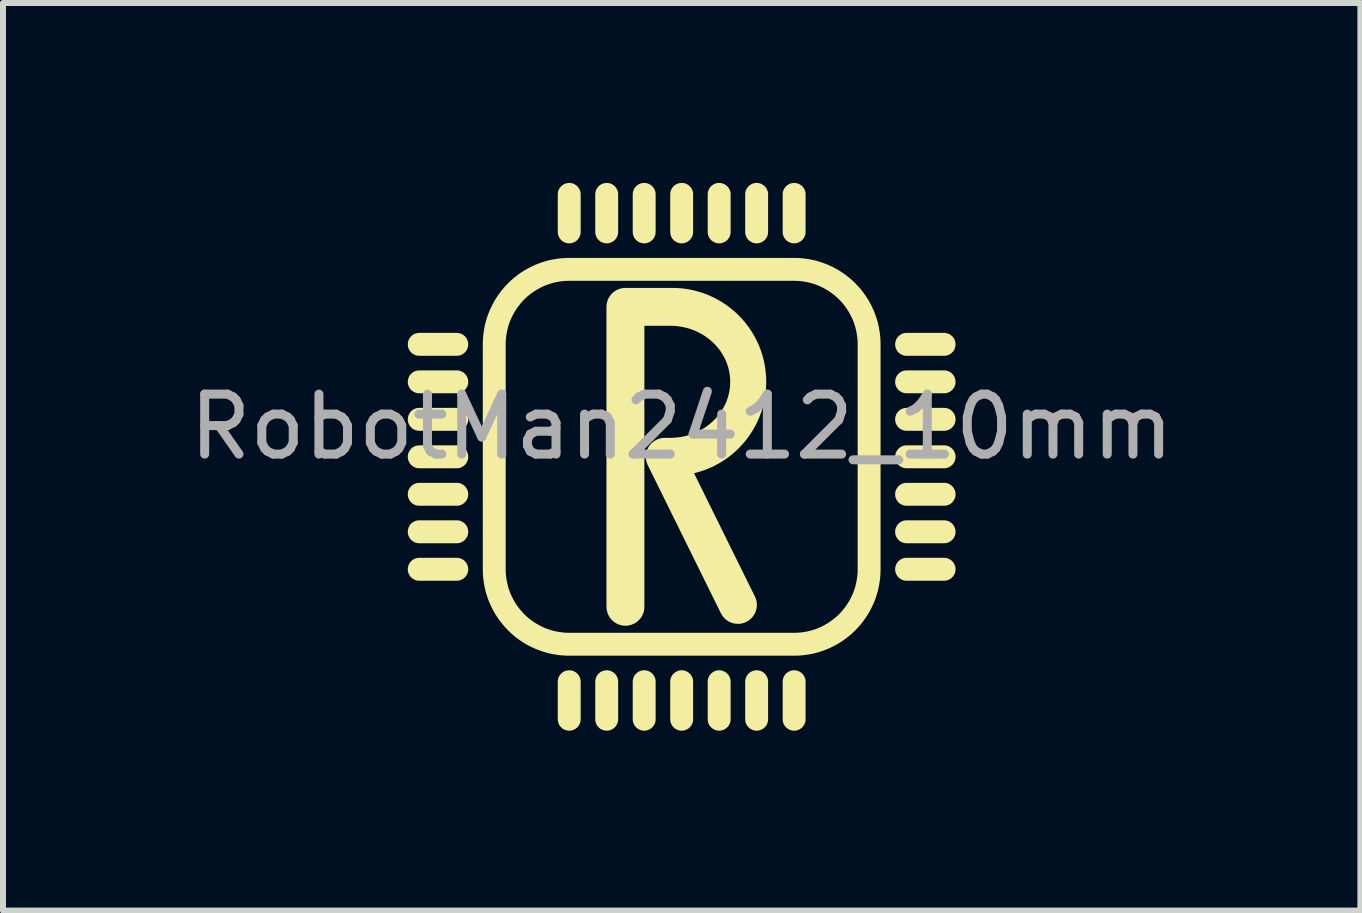
<source format=kicad_pcb>
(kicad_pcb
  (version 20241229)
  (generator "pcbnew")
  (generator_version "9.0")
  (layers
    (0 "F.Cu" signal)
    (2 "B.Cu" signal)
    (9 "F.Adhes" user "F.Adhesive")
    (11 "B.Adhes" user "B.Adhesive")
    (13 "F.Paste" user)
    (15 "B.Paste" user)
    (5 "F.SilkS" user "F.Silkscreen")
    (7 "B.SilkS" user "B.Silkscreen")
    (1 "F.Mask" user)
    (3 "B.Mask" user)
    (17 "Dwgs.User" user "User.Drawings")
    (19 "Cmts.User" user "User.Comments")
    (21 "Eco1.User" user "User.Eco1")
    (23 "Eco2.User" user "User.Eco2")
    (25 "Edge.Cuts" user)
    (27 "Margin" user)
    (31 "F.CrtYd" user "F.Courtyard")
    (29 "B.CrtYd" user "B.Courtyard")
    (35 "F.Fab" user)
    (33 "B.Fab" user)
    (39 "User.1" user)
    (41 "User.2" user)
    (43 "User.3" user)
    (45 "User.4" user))
  (footprint "RobotMan2412_10mm"
    (layer "F.Cu")
    (at 8.315 4.566)
    (property "Reference" "RobotMan2412_10mm" (at 0 -0.5 0) (unlocked yes) (layer "F.Fab") (effects (font (size 1 1) (thickness 0.15))))
    (fp_poly (pts (xy -1.875 -4.5) (xy -1.875 -4.5) (xy -1.875 -4.5)) (stroke (width 0.132) (type solid)) (fill yes) (layer "F.SilkS"))
    (fp_poly (pts (xy -1.875 3.625) (xy -1.875 3.625) (xy -1.875 3.625)) (stroke (width 0.132) (type solid)) (fill yes) (layer "F.SilkS"))
    (fp_poly (pts (xy -1.25 -4.5) (xy -1.25 -4.5) (xy -1.25 -4.5)) (stroke (width 0.132) (type solid)) (fill yes) (layer "F.SilkS"))
    (fp_poly (pts (xy -1.25 3.625) (xy -1.25 3.625) (xy -1.25 3.625)) (stroke (width 0.132) (type solid)) (fill yes) (layer "F.SilkS"))
    (fp_poly (pts (xy -0.625 -4.5) (xy -0.625 -4.5) (xy -0.625 -4.5)) (stroke (width 0.132) (type solid)) (fill yes) (layer "F.SilkS"))
    (fp_poly (pts (xy -0.625 3.625) (xy -0.625 3.625) (xy -0.625 3.625)) (stroke (width 0.132) (type solid)) (fill yes) (layer "F.SilkS"))
    (fp_poly (pts (xy -0.000055 -4.5) (xy -0.000061 -4.5) (xy -0.000048 -4.5)) (stroke (width 0.132) (type solid)) (fill yes) (layer "F.SilkS"))
    (fp_poly (pts (xy -0.000054 3.625) (xy -0.000061 3.625) (xy -0.000048 3.625)) (stroke (width 0.132) (type solid)) (fill yes) (layer "F.SilkS"))
    (fp_poly (pts (xy 0.625 -4.5) (xy 0.625 -4.5) (xy 0.625 -4.5)) (stroke (width 0.132) (type solid)) (fill yes) (layer "F.SilkS"))
    (fp_poly (pts (xy 0.625 3.625) (xy 0.625 3.625) (xy 0.625 3.625)) (stroke (width 0.132) (type solid)) (fill yes) (layer "F.SilkS"))
    (fp_poly (pts (xy 1.25 -4.5) (xy 1.25 -4.5) (xy 1.25 -4.5)) (stroke (width 0.132) (type solid)) (fill yes) (layer "F.SilkS"))
    (fp_poly (pts (xy 1.25 3.625) (xy 1.25 3.625) (xy 1.25 3.625)) (stroke (width 0.132) (type solid)) (fill yes) (layer "F.SilkS"))
    (fp_poly (pts (xy 1.875 -4.5) (xy 1.875 -4.5) (xy 1.875 -4.5)) (stroke (width 0.132) (type solid)) (fill yes) (layer "F.SilkS"))
    (fp_poly (pts (xy 1.875 3.625) (xy 1.875 3.625) (xy 1.875 3.625)) (stroke (width 0.132) (type solid)) (fill yes) (layer "F.SilkS"))
    (fp_poly (pts (xy -3.744 -0.125) (xy -3.738 -0.124) (xy -3.731 -0.124) (xy -3.725 -0.123) (xy -3.719 -0.121) (xy -3.714 -0.12) (xy -3.708 -0.118) (xy -3.702 -0.116) (xy -3.696 -0.113) (xy -3.691 -0.11) (xy -3.686 -0.107) (xy -3.681 -0.104) (xy -3.676 -0.101) (xy -3.671 -0.097) (xy -3.666 -0.093) (xy -3.661 -0.088) (xy -3.657 -0.084) (xy -3.653 -0.079) (xy -3.649 -0.074) (xy -3.646 -0.069) (xy -3.643 -0.064) (xy -3.64 -0.059) (xy -3.637 -0.053) (xy -3.634 -0.048) (xy -3.632 -0.042) (xy -3.63 -0.036) (xy -3.629 -0.031) (xy -3.627 -0.025) (xy -3.626 -0.019) (xy -3.625 -0.012) (xy -3.625 -0.006) (xy -3.625 -0.000047) (xy -3.625 0.006) (xy -3.625 0.012) (xy -3.626 0.018) (xy -3.627 0.024) (xy -3.629 0.03) (xy -3.63 0.036) (xy -3.632 0.042) (xy -3.634 0.048) (xy -3.637 0.053) (xy -3.64 0.059) (xy -3.643 0.064) (xy -3.646 0.069) (xy -3.649 0.074) (xy -3.653 0.079) (xy -3.657 0.084) (xy -3.662 0.088) (xy -3.666 0.093) (xy -3.671 0.097) (xy -3.676 0.1) (xy -3.681 0.104) (xy -3.686 0.107) (xy -3.691 0.11) (xy -3.697 0.113) (xy -3.702 0.116) (xy -3.708 0.118) (xy -3.714 0.12) (xy -3.719 0.121) (xy -3.725 0.123) (xy -3.731 0.124) (xy -3.738 0.124) (xy -3.744 0.125) (xy -3.75 0.125) (xy -4.375 0.125) (xy -4.381 0.125) (xy -4.387 0.124) (xy -4.393 0.124) (xy -4.399 0.123) (xy -4.405 0.121) (xy -4.411 0.12) (xy -4.417 0.118) (xy -4.423 0.116) (xy -4.428 0.113) (xy -4.434 0.11) (xy -4.439 0.107) (xy -4.444 0.104) (xy -4.449 0.1) (xy -4.454 0.097) (xy -4.459 0.093) (xy -4.463 0.088) (xy -4.468 0.084) (xy -4.472 0.079) (xy -4.476 0.074) (xy -4.479 0.069) (xy -4.482 0.064) (xy -4.485 0.059) (xy -4.488 0.053) (xy -4.491 0.048) (xy -4.493 0.042) (xy -4.495 0.036) (xy -4.496 0.03) (xy -4.498 0.024) (xy -4.499 0.018) (xy -4.499 0.012) (xy -4.5 0.006) (xy -4.5 -0.000048) (xy -4.5 -0.006) (xy -4.499 -0.012) (xy -4.499 -0.019) (xy -4.498 -0.025) (xy -4.496 -0.031) (xy -4.495 -0.036) (xy -4.493 -0.042) (xy -4.491 -0.048) (xy -4.488 -0.053) (xy -4.485 -0.059) (xy -4.482 -0.064) (xy -4.479 -0.069) (xy -4.476 -0.074) (xy -4.472 -0.079) (xy -4.468 -0.084) (xy -4.463 -0.088) (xy -4.459 -0.093) (xy -4.454 -0.097) (xy -4.449 -0.101) (xy -4.444 -0.104) (xy -4.439 -0.107) (xy -4.434 -0.11) (xy -4.428 -0.113) (xy -4.423 -0.116) (xy -4.417 -0.118) (xy -4.411 -0.12) (xy -4.405 -0.121) (xy -4.399 -0.123) (xy -4.393 -0.124) (xy -4.387 -0.124) (xy -4.381 -0.125) (xy -4.375 -0.125) (xy -3.75 -0.125)) (stroke (width 0.132) (type solid)) (fill yes) (layer "F.SilkS"))
    (fp_poly (pts (xy -3.744 0.5) (xy -3.738 0.501) (xy -3.731 0.501) (xy -3.725 0.502) (xy -3.719 0.504) (xy -3.714 0.505) (xy -3.708 0.507) (xy -3.702 0.509) (xy -3.696 0.512) (xy -3.691 0.515) (xy -3.686 0.518) (xy -3.681 0.521) (xy -3.676 0.524) (xy -3.671 0.528) (xy -3.666 0.532) (xy -3.661 0.537) (xy -3.657 0.541) (xy -3.653 0.546) (xy -3.649 0.551) (xy -3.646 0.556) (xy -3.643 0.561) (xy -3.64 0.566) (xy -3.637 0.572) (xy -3.634 0.577) (xy -3.632 0.583) (xy -3.63 0.589) (xy -3.629 0.594) (xy -3.627 0.6) (xy -3.626 0.607) (xy -3.625 0.613) (xy -3.625 0.619) (xy -3.625 0.625) (xy -3.625 0.631) (xy -3.625 0.637) (xy -3.626 0.643) (xy -3.627 0.649) (xy -3.629 0.655) (xy -3.63 0.661) (xy -3.632 0.667) (xy -3.634 0.673) (xy -3.637 0.678) (xy -3.64 0.684) (xy -3.643 0.689) (xy -3.646 0.694) (xy -3.649 0.699) (xy -3.653 0.704) (xy -3.657 0.709) (xy -3.662 0.713) (xy -3.666 0.718) (xy -3.671 0.722) (xy -3.676 0.726) (xy -3.681 0.729) (xy -3.686 0.732) (xy -3.691 0.735) (xy -3.697 0.738) (xy -3.702 0.741) (xy -3.708 0.743) (xy -3.714 0.745) (xy -3.719 0.746) (xy -3.725 0.748) (xy -3.731 0.749) (xy -3.738 0.749) (xy -3.744 0.75) (xy -3.75 0.75) (xy -4.375 0.75) (xy -4.381 0.75) (xy -4.387 0.749) (xy -4.393 0.749) (xy -4.399 0.748) (xy -4.405 0.746) (xy -4.411 0.745) (xy -4.417 0.743) (xy -4.423 0.741) (xy -4.428 0.738) (xy -4.434 0.735) (xy -4.439 0.732) (xy -4.444 0.729) (xy -4.449 0.726) (xy -4.454 0.722) (xy -4.459 0.718) (xy -4.463 0.713) (xy -4.468 0.709) (xy -4.472 0.704) (xy -4.476 0.699) (xy -4.479 0.694) (xy -4.482 0.689) (xy -4.485 0.684) (xy -4.488 0.678) (xy -4.491 0.673) (xy -4.493 0.667) (xy -4.495 0.661) (xy -4.496 0.655) (xy -4.498 0.649) (xy -4.499 0.643) (xy -4.499 0.637) (xy -4.5 0.631) (xy -4.5 0.625) (xy -4.5 0.619) (xy -4.499 0.613) (xy -4.499 0.607) (xy -4.498 0.6) (xy -4.496 0.594) (xy -4.495 0.589) (xy -4.493 0.583) (xy -4.491 0.577) (xy -4.488 0.572) (xy -4.485 0.566) (xy -4.482 0.561) (xy -4.479 0.556) (xy -4.476 0.551) (xy -4.472 0.546) (xy -4.468 0.541) (xy -4.463 0.537) (xy -4.459 0.532) (xy -4.454 0.528) (xy -4.449 0.524) (xy -4.444 0.521) (xy -4.439 0.518) (xy -4.434 0.515) (xy -4.428 0.512) (xy -4.423 0.509) (xy -4.417 0.507) (xy -4.411 0.505) (xy -4.405 0.504) (xy -4.399 0.502) (xy -4.393 0.501) (xy -4.387 0.501) (xy -4.381 0.5) (xy -4.375 0.5) (xy -3.75 0.5)) (stroke (width 0.132) (type solid)) (fill yes) (layer "F.SilkS"))
    (fp_poly (pts (xy -3.744 1.125) (xy -3.738 1.126) (xy -3.731 1.126) (xy -3.725 1.127) (xy -3.719 1.129) (xy -3.714 1.13) (xy -3.708 1.132) (xy -3.702 1.134) (xy -3.696 1.137) (xy -3.691 1.14) (xy -3.686 1.143) (xy -3.681 1.146) (xy -3.676 1.149) (xy -3.671 1.153) (xy -3.666 1.157) (xy -3.661 1.162) (xy -3.657 1.166) (xy -3.653 1.171) (xy -3.649 1.176) (xy -3.646 1.181) (xy -3.643 1.186) (xy -3.64 1.191) (xy -3.637 1.197) (xy -3.634 1.202) (xy -3.632 1.208) (xy -3.63 1.214) (xy -3.629 1.22) (xy -3.627 1.225) (xy -3.626 1.232) (xy -3.625 1.238) (xy -3.625 1.244) (xy -3.625 1.25) (xy -3.625 1.256) (xy -3.625 1.262) (xy -3.626 1.268) (xy -3.627 1.275) (xy -3.629 1.28) (xy -3.63 1.286) (xy -3.632 1.292) (xy -3.634 1.298) (xy -3.637 1.303) (xy -3.64 1.309) (xy -3.643 1.314) (xy -3.646 1.319) (xy -3.649 1.324) (xy -3.653 1.329) (xy -3.657 1.334) (xy -3.662 1.338) (xy -3.666 1.343) (xy -3.671 1.347) (xy -3.676 1.351) (xy -3.681 1.354) (xy -3.686 1.357) (xy -3.691 1.36) (xy -3.697 1.363) (xy -3.702 1.366) (xy -3.708 1.368) (xy -3.714 1.37) (xy -3.719 1.371) (xy -3.725 1.373) (xy -3.731 1.374) (xy -3.738 1.374) (xy -3.744 1.375) (xy -3.75 1.375) (xy -4.375 1.375) (xy -4.381 1.375) (xy -4.387 1.374) (xy -4.393 1.374) (xy -4.399 1.373) (xy -4.405 1.371) (xy -4.411 1.37) (xy -4.417 1.368) (xy -4.423 1.366) (xy -4.428 1.363) (xy -4.434 1.36) (xy -4.439 1.357) (xy -4.444 1.354) (xy -4.449 1.351) (xy -4.454 1.347) (xy -4.459 1.343) (xy -4.463 1.338) (xy -4.468 1.334) (xy -4.472 1.329) (xy -4.476 1.324) (xy -4.479 1.319) (xy -4.482 1.314) (xy -4.485 1.309) (xy -4.488 1.303) (xy -4.491 1.298) (xy -4.493 1.292) (xy -4.495 1.286) (xy -4.496 1.281) (xy -4.498 1.275) (xy -4.499 1.268) (xy -4.499 1.262) (xy -4.5 1.256) (xy -4.5 1.25) (xy -4.5 1.244) (xy -4.499 1.238) (xy -4.499 1.232) (xy -4.498 1.225) (xy -4.496 1.22) (xy -4.495 1.214) (xy -4.493 1.208) (xy -4.491 1.202) (xy -4.488 1.197) (xy -4.485 1.191) (xy -4.482 1.186) (xy -4.479 1.181) (xy -4.476 1.176) (xy -4.472 1.171) (xy -4.468 1.166) (xy -4.463 1.162) (xy -4.459 1.157) (xy -4.454 1.153) (xy -4.449 1.149) (xy -4.444 1.146) (xy -4.439 1.143) (xy -4.434 1.14) (xy -4.428 1.137) (xy -4.423 1.134) (xy -4.417 1.132) (xy -4.411 1.13) (xy -4.405 1.129) (xy -4.399 1.127) (xy -4.393 1.126) (xy -4.387 1.126) (xy -4.381 1.125) (xy -4.375 1.125) (xy -3.75 1.125)) (stroke (width 0.132) (type solid)) (fill yes) (layer "F.SilkS"))
    (fp_poly (pts (xy -3.744 -2) (xy -3.737 -1.999) (xy -3.731 -1.998) (xy -3.725 -1.997) (xy -3.719 -1.996) (xy -3.713 -1.994) (xy -3.707 -1.992) (xy -3.701 -1.99) (xy -3.696 -1.988) (xy -3.69 -1.985) (xy -3.685 -1.982) (xy -3.68 -1.979) (xy -3.675 -1.975) (xy -3.67 -1.971) (xy -3.666 -1.968) (xy -3.662 -1.963) (xy -3.657 -1.959) (xy -3.654 -1.955) (xy -3.65 -1.95) (xy -3.646 -1.945) (xy -3.643 -1.94) (xy -3.64 -1.935) (xy -3.637 -1.929) (xy -3.635 -1.924) (xy -3.633 -1.918) (xy -3.631 -1.912) (xy -3.629 -1.906) (xy -3.627 -1.9) (xy -3.626 -1.894) (xy -3.626 -1.888) (xy -3.625 -1.882) (xy -3.625 -1.875) (xy -3.625 -1.869) (xy -3.625 -1.863) (xy -3.626 -1.857) (xy -3.627 -1.851) (xy -3.629 -1.845) (xy -3.63 -1.839) (xy -3.632 -1.833) (xy -3.634 -1.827) (xy -3.637 -1.822) (xy -3.64 -1.816) (xy -3.643 -1.811) (xy -3.646 -1.806) (xy -3.649 -1.801) (xy -3.653 -1.796) (xy -3.657 -1.791) (xy -3.662 -1.787) (xy -3.666 -1.782) (xy -3.671 -1.778) (xy -3.676 -1.775) (xy -3.681 -1.771) (xy -3.686 -1.768) (xy -3.691 -1.765) (xy -3.697 -1.762) (xy -3.702 -1.76) (xy -3.708 -1.757) (xy -3.714 -1.755) (xy -3.719 -1.754) (xy -3.725 -1.752) (xy -3.731 -1.751) (xy -3.738 -1.751) (xy -3.744 -1.75) (xy -3.75 -1.75) (xy -4.375 -1.75) (xy -4.381 -1.75) (xy -4.387 -1.751) (xy -4.393 -1.751) (xy -4.399 -1.752) (xy -4.405 -1.754) (xy -4.411 -1.755) (xy -4.417 -1.757) (xy -4.423 -1.76) (xy -4.428 -1.762) (xy -4.434 -1.765) (xy -4.439 -1.768) (xy -4.444 -1.771) (xy -4.449 -1.775) (xy -4.454 -1.778) (xy -4.459 -1.782) (xy -4.463 -1.787) (xy -4.468 -1.791) (xy -4.472 -1.796) (xy -4.476 -1.801) (xy -4.479 -1.806) (xy -4.482 -1.811) (xy -4.485 -1.816) (xy -4.488 -1.822) (xy -4.491 -1.827) (xy -4.493 -1.833) (xy -4.495 -1.839) (xy -4.496 -1.845) (xy -4.498 -1.851) (xy -4.499 -1.857) (xy -4.499 -1.863) (xy -4.5 -1.869) (xy -4.5 -1.875) (xy -4.5 -1.882) (xy -4.499 -1.888) (xy -4.499 -1.894) (xy -4.497 -1.9) (xy -4.496 -1.906) (xy -4.494 -1.912) (xy -4.492 -1.918) (xy -4.49 -1.924) (xy -4.488 -1.929) (xy -4.485 -1.935) (xy -4.482 -1.94) (xy -4.479 -1.945) (xy -4.475 -1.95) (xy -4.471 -1.955) (xy -4.467 -1.959) (xy -4.463 -1.963) (xy -4.459 -1.968) (xy -4.454 -1.971) (xy -4.45 -1.975) (xy -4.445 -1.979) (xy -4.44 -1.982) (xy -4.435 -1.985) (xy -4.429 -1.988) (xy -4.424 -1.99) (xy -4.418 -1.992) (xy -4.412 -1.994) (xy -4.406 -1.996) (xy -4.4 -1.997) (xy -4.394 -1.998) (xy -4.388 -1.999) (xy -4.381 -2) (xy -4.375 -2) (xy -3.75 -2)) (stroke (width 0.132) (type solid)) (fill yes) (layer "F.SilkS"))
    (fp_poly (pts (xy -3.744 -1.375) (xy -3.737 -1.374) (xy -3.731 -1.373) (xy -3.725 -1.372) (xy -3.719 -1.371) (xy -3.713 -1.369) (xy -3.707 -1.367) (xy -3.701 -1.365) (xy -3.696 -1.363) (xy -3.69 -1.36) (xy -3.685 -1.357) (xy -3.68 -1.354) (xy -3.675 -1.35) (xy -3.67 -1.346) (xy -3.666 -1.343) (xy -3.662 -1.338) (xy -3.657 -1.334) (xy -3.654 -1.33) (xy -3.65 -1.325) (xy -3.646 -1.32) (xy -3.643 -1.315) (xy -3.64 -1.31) (xy -3.637 -1.304) (xy -3.635 -1.299) (xy -3.633 -1.293) (xy -3.631 -1.287) (xy -3.629 -1.281) (xy -3.627 -1.275) (xy -3.626 -1.269) (xy -3.626 -1.263) (xy -3.625 -1.257) (xy -3.625 -1.25) (xy -3.625 -1.244) (xy -3.625 -1.238) (xy -3.626 -1.232) (xy -3.627 -1.226) (xy -3.629 -1.22) (xy -3.63 -1.214) (xy -3.632 -1.208) (xy -3.634 -1.202) (xy -3.637 -1.197) (xy -3.64 -1.191) (xy -3.643 -1.186) (xy -3.646 -1.181) (xy -3.649 -1.176) (xy -3.653 -1.171) (xy -3.657 -1.166) (xy -3.662 -1.162) (xy -3.666 -1.157) (xy -3.671 -1.153) (xy -3.676 -1.15) (xy -3.681 -1.146) (xy -3.686 -1.143) (xy -3.691 -1.14) (xy -3.697 -1.137) (xy -3.702 -1.135) (xy -3.708 -1.132) (xy -3.714 -1.13) (xy -3.719 -1.129) (xy -3.725 -1.127) (xy -3.731 -1.126) (xy -3.738 -1.126) (xy -3.744 -1.125) (xy -3.75 -1.125) (xy -4.375 -1.125) (xy -4.381 -1.125) (xy -4.387 -1.126) (xy -4.393 -1.126) (xy -4.399 -1.127) (xy -4.405 -1.129) (xy -4.411 -1.13) (xy -4.417 -1.132) (xy -4.423 -1.135) (xy -4.428 -1.137) (xy -4.434 -1.14) (xy -4.439 -1.143) (xy -4.444 -1.146) (xy -4.449 -1.15) (xy -4.454 -1.153) (xy -4.459 -1.157) (xy -4.463 -1.162) (xy -4.468 -1.166) (xy -4.472 -1.171) (xy -4.476 -1.176) (xy -4.479 -1.181) (xy -4.482 -1.186) (xy -4.485 -1.191) (xy -4.488 -1.197) (xy -4.491 -1.202) (xy -4.493 -1.208) (xy -4.495 -1.214) (xy -4.496 -1.22) (xy -4.498 -1.226) (xy -4.499 -1.232) (xy -4.499 -1.238) (xy -4.5 -1.244) (xy -4.5 -1.25) (xy -4.5 -1.257) (xy -4.499 -1.263) (xy -4.499 -1.269) (xy -4.497 -1.275) (xy -4.496 -1.281) (xy -4.494 -1.287) (xy -4.492 -1.293) (xy -4.49 -1.299) (xy -4.488 -1.304) (xy -4.485 -1.31) (xy -4.482 -1.315) (xy -4.479 -1.32) (xy -4.475 -1.325) (xy -4.471 -1.33) (xy -4.467 -1.334) (xy -4.463 -1.338) (xy -4.459 -1.343) (xy -4.454 -1.346) (xy -4.45 -1.35) (xy -4.445 -1.354) (xy -4.44 -1.357) (xy -4.435 -1.36) (xy -4.429 -1.363) (xy -4.424 -1.365) (xy -4.418 -1.367) (xy -4.412 -1.369) (xy -4.406 -1.371) (xy -4.4 -1.372) (xy -4.394 -1.373) (xy -4.388 -1.374) (xy -4.381 -1.375) (xy -4.375 -1.375) (xy -3.75 -1.375)) (stroke (width 0.132) (type solid)) (fill yes) (layer "F.SilkS"))
    (fp_poly (pts (xy -3.744 -0.75) (xy -3.737 -0.749) (xy -3.731 -0.748) (xy -3.725 -0.747) (xy -3.719 -0.746) (xy -3.713 -0.744) (xy -3.707 -0.742) (xy -3.701 -0.74) (xy -3.696 -0.738) (xy -3.69 -0.735) (xy -3.685 -0.732) (xy -3.68 -0.729) (xy -3.675 -0.725) (xy -3.67 -0.721) (xy -3.666 -0.717) (xy -3.662 -0.713) (xy -3.657 -0.709) (xy -3.654 -0.704) (xy -3.65 -0.7) (xy -3.646 -0.695) (xy -3.643 -0.69) (xy -3.64 -0.685) (xy -3.637 -0.679) (xy -3.635 -0.674) (xy -3.633 -0.668) (xy -3.631 -0.662) (xy -3.629 -0.656) (xy -3.627 -0.65) (xy -3.626 -0.644) (xy -3.626 -0.638) (xy -3.625 -0.632) (xy -3.625 -0.625) (xy -3.625 -0.619) (xy -3.625 -0.613) (xy -3.626 -0.607) (xy -3.627 -0.601) (xy -3.629 -0.595) (xy -3.63 -0.589) (xy -3.632 -0.583) (xy -3.634 -0.577) (xy -3.637 -0.572) (xy -3.64 -0.566) (xy -3.643 -0.561) (xy -3.646 -0.556) (xy -3.649 -0.551) (xy -3.653 -0.546) (xy -3.657 -0.541) (xy -3.662 -0.537) (xy -3.666 -0.532) (xy -3.671 -0.528) (xy -3.676 -0.525) (xy -3.681 -0.521) (xy -3.686 -0.518) (xy -3.691 -0.515) (xy -3.697 -0.512) (xy -3.702 -0.51) (xy -3.708 -0.507) (xy -3.714 -0.505) (xy -3.719 -0.504) (xy -3.725 -0.502) (xy -3.731 -0.501) (xy -3.738 -0.501) (xy -3.744 -0.5) (xy -3.75 -0.5) (xy -4.375 -0.5) (xy -4.381 -0.5) (xy -4.387 -0.501) (xy -4.393 -0.501) (xy -4.399 -0.502) (xy -4.405 -0.504) (xy -4.411 -0.505) (xy -4.417 -0.507) (xy -4.423 -0.51) (xy -4.428 -0.512) (xy -4.434 -0.515) (xy -4.439 -0.518) (xy -4.444 -0.521) (xy -4.449 -0.525) (xy -4.454 -0.528) (xy -4.459 -0.532) (xy -4.463 -0.537) (xy -4.468 -0.541) (xy -4.472 -0.546) (xy -4.476 -0.551) (xy -4.479 -0.556) (xy -4.482 -0.561) (xy -4.485 -0.566) (xy -4.488 -0.572) (xy -4.491 -0.577) (xy -4.493 -0.583) (xy -4.495 -0.589) (xy -4.496 -0.595) (xy -4.498 -0.601) (xy -4.499 -0.607) (xy -4.499 -0.613) (xy -4.5 -0.619) (xy -4.5 -0.625) (xy -4.5 -0.632) (xy -4.499 -0.638) (xy -4.499 -0.644) (xy -4.497 -0.65) (xy -4.496 -0.656) (xy -4.494 -0.662) (xy -4.492 -0.668) (xy -4.49 -0.674) (xy -4.488 -0.679) (xy -4.485 -0.685) (xy -4.482 -0.69) (xy -4.479 -0.695) (xy -4.475 -0.7) (xy -4.471 -0.704) (xy -4.467 -0.709) (xy -4.463 -0.713) (xy -4.459 -0.717) (xy -4.454 -0.721) (xy -4.45 -0.725) (xy -4.445 -0.729) (xy -4.44 -0.732) (xy -4.435 -0.735) (xy -4.429 -0.738) (xy -4.424 -0.74) (xy -4.418 -0.742) (xy -4.412 -0.744) (xy -4.406 -0.746) (xy -4.4 -0.747) (xy -4.394 -0.748) (xy -4.388 -0.749) (xy -4.381 -0.75) (xy -4.375 -0.75) (xy -3.75 -0.75)) (stroke (width 0.132) (type solid)) (fill yes) (layer "F.SilkS"))
    (fp_poly (pts (xy 1.881 -4.5) (xy 1.887 -4.499) (xy 1.893 -4.499) (xy 1.9 -4.498) (xy 1.906 -4.496) (xy 1.911 -4.495) (xy 1.917 -4.493) (xy 1.923 -4.491) (xy 1.928 -4.488) (xy 1.934 -4.485) (xy 1.939 -4.482) (xy 1.944 -4.479) (xy 1.949 -4.476) (xy 1.954 -4.472) (xy 1.959 -4.468) (xy 1.963 -4.463) (xy 1.968 -4.459) (xy 1.972 -4.454) (xy 1.976 -4.449) (xy 1.979 -4.444) (xy 1.982 -4.439) (xy 1.985 -4.434) (xy 1.988 -4.428) (xy 1.991 -4.423) (xy 1.993 -4.417) (xy 1.995 -4.411) (xy 1.996 -4.405) (xy 1.998 -4.399) (xy 1.999 -4.393) (xy 1.999 -4.387) (xy 2 -4.381) (xy 2 -4.375) (xy 2 -3.75) (xy 2 -3.744) (xy 1.999 -3.738) (xy 1.999 -3.731) (xy 1.998 -3.725) (xy 1.996 -3.719) (xy 1.995 -3.714) (xy 1.993 -3.708) (xy 1.991 -3.702) (xy 1.988 -3.697) (xy 1.985 -3.691) (xy 1.982 -3.686) (xy 1.979 -3.681) (xy 1.976 -3.676) (xy 1.972 -3.671) (xy 1.968 -3.666) (xy 1.963 -3.662) (xy 1.959 -3.657) (xy 1.954 -3.653) (xy 1.949 -3.649) (xy 1.944 -3.646) (xy 1.939 -3.643) (xy 1.934 -3.64) (xy 1.928 -3.637) (xy 1.923 -3.634) (xy 1.917 -3.632) (xy 1.911 -3.63) (xy 1.906 -3.629) (xy 1.9 -3.627) (xy 1.894 -3.626) (xy 1.887 -3.625) (xy 1.881 -3.625) (xy 1.875 -3.625) (xy 1.869 -3.625) (xy 1.863 -3.625) (xy 1.857 -3.626) (xy 1.851 -3.627) (xy 1.845 -3.629) (xy 1.839 -3.63) (xy 1.833 -3.632) (xy 1.827 -3.634) (xy 1.822 -3.637) (xy 1.816 -3.64) (xy 1.811 -3.643) (xy 1.806 -3.646) (xy 1.801 -3.649) (xy 1.796 -3.653) (xy 1.791 -3.657) (xy 1.787 -3.661) (xy 1.782 -3.666) (xy 1.778 -3.671) (xy 1.775 -3.676) (xy 1.771 -3.681) (xy 1.768 -3.686) (xy 1.765 -3.691) (xy 1.762 -3.696) (xy 1.759 -3.702) (xy 1.757 -3.708) (xy 1.755 -3.714) (xy 1.754 -3.719) (xy 1.752 -3.725) (xy 1.751 -3.731) (xy 1.751 -3.738) (xy 1.75 -3.744) (xy 1.75 -3.75) (xy 1.75 -4.375) (xy 1.75 -4.381) (xy 1.751 -4.387) (xy 1.751 -4.393) (xy 1.752 -4.399) (xy 1.754 -4.405) (xy 1.755 -4.411) (xy 1.757 -4.417) (xy 1.759 -4.423) (xy 1.762 -4.428) (xy 1.765 -4.434) (xy 1.768 -4.439) (xy 1.771 -4.444) (xy 1.774 -4.449) (xy 1.778 -4.454) (xy 1.782 -4.459) (xy 1.787 -4.463) (xy 1.791 -4.468) (xy 1.796 -4.472) (xy 1.801 -4.476) (xy 1.806 -4.479) (xy 1.811 -4.482) (xy 1.816 -4.485) (xy 1.822 -4.488) (xy 1.827 -4.491) (xy 1.833 -4.493) (xy 1.839 -4.495) (xy 1.845 -4.496) (xy 1.851 -4.498) (xy 1.857 -4.499) (xy 1.863 -4.499) (xy 1.869 -4.5) (xy 1.875 -4.5)) (stroke (width 0.132) (type solid)) (fill yes) (layer "F.SilkS"))
    (fp_poly (pts (xy 1.881 3.625) (xy 1.887 3.626) (xy 1.893 3.626) (xy 1.9 3.627) (xy 1.906 3.629) (xy 1.911 3.63) (xy 1.917 3.632) (xy 1.923 3.635) (xy 1.928 3.637) (xy 1.934 3.64) (xy 1.939 3.643) (xy 1.944 3.646) (xy 1.949 3.65) (xy 1.954 3.653) (xy 1.959 3.657) (xy 1.963 3.662) (xy 1.968 3.666) (xy 1.972 3.671) (xy 1.976 3.676) (xy 1.979 3.681) (xy 1.982 3.686) (xy 1.985 3.691) (xy 1.988 3.697) (xy 1.991 3.702) (xy 1.993 3.708) (xy 1.995 3.714) (xy 1.996 3.72) (xy 1.998 3.726) (xy 1.999 3.732) (xy 1.999 3.738) (xy 2 3.744) (xy 2 3.75) (xy 2 4.375) (xy 2 4.381) (xy 1.999 4.387) (xy 1.999 4.393) (xy 1.998 4.399) (xy 1.996 4.405) (xy 1.995 4.411) (xy 1.993 4.417) (xy 1.991 4.423) (xy 1.988 4.428) (xy 1.985 4.434) (xy 1.982 4.439) (xy 1.979 4.444) (xy 1.976 4.449) (xy 1.972 4.454) (xy 1.968 4.459) (xy 1.963 4.463) (xy 1.959 4.468) (xy 1.954 4.472) (xy 1.949 4.475) (xy 1.944 4.479) (xy 1.939 4.482) (xy 1.934 4.485) (xy 1.928 4.488) (xy 1.923 4.49) (xy 1.917 4.493) (xy 1.911 4.495) (xy 1.906 4.496) (xy 1.9 4.498) (xy 1.893 4.499) (xy 1.887 4.499) (xy 1.881 4.5) (xy 1.875 4.5) (xy 1.869 4.5) (xy 1.863 4.499) (xy 1.857 4.499) (xy 1.851 4.498) (xy 1.845 4.496) (xy 1.839 4.495) (xy 1.833 4.493) (xy 1.827 4.49) (xy 1.822 4.488) (xy 1.816 4.485) (xy 1.811 4.482) (xy 1.806 4.479) (xy 1.801 4.475) (xy 1.796 4.472) (xy 1.791 4.468) (xy 1.787 4.463) (xy 1.782 4.459) (xy 1.778 4.454) (xy 1.774 4.449) (xy 1.771 4.444) (xy 1.768 4.439) (xy 1.765 4.434) (xy 1.762 4.428) (xy 1.759 4.423) (xy 1.757 4.417) (xy 1.755 4.411) (xy 1.754 4.405) (xy 1.752 4.399) (xy 1.751 4.393) (xy 1.751 4.387) (xy 1.75 4.381) (xy 1.75 4.375) (xy 1.75 3.75) (xy 1.75 3.744) (xy 1.751 3.738) (xy 1.751 3.732) (xy 1.752 3.726) (xy 1.754 3.72) (xy 1.755 3.714) (xy 1.757 3.708) (xy 1.759 3.702) (xy 1.762 3.697) (xy 1.765 3.691) (xy 1.768 3.686) (xy 1.771 3.681) (xy 1.774 3.676) (xy 1.778 3.671) (xy 1.782 3.666) (xy 1.787 3.662) (xy 1.791 3.657) (xy 1.796 3.653) (xy 1.801 3.65) (xy 1.806 3.646) (xy 1.811 3.643) (xy 1.816 3.64) (xy 1.822 3.637) (xy 1.827 3.635) (xy 1.833 3.632) (xy 1.839 3.63) (xy 1.845 3.629) (xy 1.851 3.627) (xy 1.857 3.626) (xy 1.863 3.626) (xy 1.869 3.625) (xy 1.875 3.625)) (stroke (width 0.132) (type solid)) (fill yes) (layer "F.SilkS"))
    (fp_poly (pts (xy 4.381 -0.125) (xy 4.387 -0.124) (xy 4.393 -0.124) (xy 4.399 -0.123) (xy 4.405 -0.121) (xy 4.411 -0.12) (xy 4.417 -0.118) (xy 4.423 -0.116) (xy 4.428 -0.113) (xy 4.434 -0.11) (xy 4.439 -0.107) (xy 4.444 -0.104) (xy 4.449 -0.101) (xy 4.454 -0.097) (xy 4.459 -0.093) (xy 4.463 -0.088) (xy 4.468 -0.084) (xy 4.472 -0.079) (xy 4.475 -0.074) (xy 4.479 -0.069) (xy 4.482 -0.064) (xy 4.485 -0.059) (xy 4.488 -0.053) (xy 4.49 -0.048) (xy 4.493 -0.042) (xy 4.495 -0.036) (xy 4.496 -0.031) (xy 4.498 -0.025) (xy 4.499 -0.019) (xy 4.499 -0.012) (xy 4.5 -0.006) (xy 4.5 -0.000047) (xy 4.5 0.006) (xy 4.499 0.012) (xy 4.499 0.018) (xy 4.498 0.024) (xy 4.496 0.03) (xy 4.495 0.036) (xy 4.493 0.042) (xy 4.49 0.048) (xy 4.488 0.053) (xy 4.485 0.059) (xy 4.482 0.064) (xy 4.479 0.069) (xy 4.475 0.074) (xy 4.472 0.079) (xy 4.468 0.084) (xy 4.463 0.088) (xy 4.459 0.093) (xy 4.454 0.097) (xy 4.449 0.1) (xy 4.444 0.104) (xy 4.439 0.107) (xy 4.434 0.11) (xy 4.428 0.113) (xy 4.423 0.116) (xy 4.417 0.118) (xy 4.411 0.12) (xy 4.405 0.121) (xy 4.399 0.123) (xy 4.393 0.124) (xy 4.387 0.124) (xy 4.381 0.125) (xy 4.375 0.125) (xy 3.75 0.125) (xy 3.744 0.125) (xy 3.738 0.124) (xy 3.732 0.124) (xy 3.726 0.123) (xy 3.72 0.121) (xy 3.714 0.12) (xy 3.708 0.118) (xy 3.702 0.116) (xy 3.697 0.113) (xy 3.691 0.11) (xy 3.686 0.107) (xy 3.681 0.104) (xy 3.676 0.1) (xy 3.671 0.097) (xy 3.666 0.093) (xy 3.662 0.088) (xy 3.657 0.084) (xy 3.653 0.079) (xy 3.65 0.074) (xy 3.646 0.069) (xy 3.643 0.064) (xy 3.64 0.059) (xy 3.637 0.053) (xy 3.635 0.048) (xy 3.632 0.042) (xy 3.63 0.036) (xy 3.629 0.03) (xy 3.627 0.024) (xy 3.626 0.018) (xy 3.626 0.012) (xy 3.625 0.006) (xy 3.625 -0.000048) (xy 3.625 -0.006) (xy 3.626 -0.012) (xy 3.626 -0.019) (xy 3.627 -0.025) (xy 3.629 -0.031) (xy 3.63 -0.036) (xy 3.632 -0.042) (xy 3.635 -0.048) (xy 3.637 -0.053) (xy 3.64 -0.059) (xy 3.643 -0.064) (xy 3.646 -0.069) (xy 3.65 -0.074) (xy 3.653 -0.079) (xy 3.657 -0.084) (xy 3.662 -0.088) (xy 3.666 -0.093) (xy 3.671 -0.097) (xy 3.676 -0.101) (xy 3.681 -0.104) (xy 3.686 -0.107) (xy 3.691 -0.11) (xy 3.697 -0.113) (xy 3.702 -0.116) (xy 3.708 -0.118) (xy 3.714 -0.12) (xy 3.72 -0.121) (xy 3.726 -0.123) (xy 3.732 -0.124) (xy 3.738 -0.124) (xy 3.744 -0.125) (xy 3.75 -0.125) (xy 4.375 -0.125)) (stroke (width 0.132) (type solid)) (fill yes) (layer "F.SilkS"))
    (fp_poly (pts (xy 4.381 0.5) (xy 4.387 0.501) (xy 4.393 0.501) (xy 4.399 0.502) (xy 4.405 0.504) (xy 4.411 0.505) (xy 4.417 0.507) (xy 4.423 0.509) (xy 4.428 0.512) (xy 4.434 0.515) (xy 4.439 0.518) (xy 4.444 0.521) (xy 4.449 0.524) (xy 4.454 0.528) (xy 4.459 0.532) (xy 4.463 0.537) (xy 4.468 0.541) (xy 4.472 0.546) (xy 4.475 0.551) (xy 4.479 0.556) (xy 4.482 0.561) (xy 4.485 0.566) (xy 4.488 0.572) (xy 4.49 0.577) (xy 4.493 0.583) (xy 4.495 0.589) (xy 4.496 0.594) (xy 4.498 0.6) (xy 4.499 0.607) (xy 4.499 0.613) (xy 4.5 0.619) (xy 4.5 0.625) (xy 4.5 0.631) (xy 4.499 0.637) (xy 4.499 0.643) (xy 4.498 0.649) (xy 4.496 0.655) (xy 4.495 0.661) (xy 4.493 0.667) (xy 4.49 0.673) (xy 4.488 0.678) (xy 4.485 0.684) (xy 4.482 0.689) (xy 4.479 0.694) (xy 4.475 0.699) (xy 4.472 0.704) (xy 4.468 0.709) (xy 4.463 0.713) (xy 4.459 0.718) (xy 4.454 0.722) (xy 4.449 0.726) (xy 4.444 0.729) (xy 4.439 0.732) (xy 4.434 0.735) (xy 4.428 0.738) (xy 4.423 0.741) (xy 4.417 0.743) (xy 4.411 0.745) (xy 4.405 0.746) (xy 4.399 0.748) (xy 4.393 0.749) (xy 4.387 0.749) (xy 4.381 0.75) (xy 4.375 0.75) (xy 3.75 0.75) (xy 3.744 0.75) (xy 3.738 0.749) (xy 3.732 0.749) (xy 3.726 0.748) (xy 3.72 0.746) (xy 3.714 0.745) (xy 3.708 0.743) (xy 3.702 0.741) (xy 3.697 0.738) (xy 3.691 0.735) (xy 3.686 0.732) (xy 3.681 0.729) (xy 3.676 0.726) (xy 3.671 0.722) (xy 3.666 0.718) (xy 3.662 0.713) (xy 3.657 0.709) (xy 3.653 0.704) (xy 3.65 0.699) (xy 3.646 0.694) (xy 3.643 0.689) (xy 3.64 0.684) (xy 3.637 0.678) (xy 3.635 0.673) (xy 3.632 0.667) (xy 3.63 0.661) (xy 3.629 0.655) (xy 3.627 0.649) (xy 3.626 0.643) (xy 3.626 0.637) (xy 3.625 0.631) (xy 3.625 0.625) (xy 3.625 0.619) (xy 3.626 0.613) (xy 3.626 0.607) (xy 3.627 0.6) (xy 3.629 0.594) (xy 3.63 0.589) (xy 3.632 0.583) (xy 3.635 0.577) (xy 3.637 0.572) (xy 3.64 0.566) (xy 3.643 0.561) (xy 3.646 0.556) (xy 3.65 0.551) (xy 3.653 0.546) (xy 3.657 0.541) (xy 3.662 0.537) (xy 3.666 0.532) (xy 3.671 0.528) (xy 3.676 0.524) (xy 3.681 0.521) (xy 3.686 0.518) (xy 3.691 0.515) (xy 3.697 0.512) (xy 3.702 0.509) (xy 3.708 0.507) (xy 3.714 0.505) (xy 3.72 0.504) (xy 3.726 0.502) (xy 3.732 0.501) (xy 3.738 0.501) (xy 3.744 0.5) (xy 3.75 0.5) (xy 4.375 0.5)) (stroke (width 0.132) (type solid)) (fill yes) (layer "F.SilkS"))
    (fp_poly (pts (xy 4.381 1.125) (xy 4.387 1.126) (xy 4.393 1.126) (xy 4.399 1.127) (xy 4.405 1.129) (xy 4.411 1.13) (xy 4.417 1.132) (xy 4.423 1.134) (xy 4.428 1.137) (xy 4.434 1.14) (xy 4.439 1.143) (xy 4.444 1.146) (xy 4.449 1.149) (xy 4.454 1.153) (xy 4.459 1.157) (xy 4.463 1.162) (xy 4.468 1.166) (xy 4.472 1.171) (xy 4.475 1.176) (xy 4.479 1.181) (xy 4.482 1.186) (xy 4.485 1.191) (xy 4.488 1.197) (xy 4.49 1.202) (xy 4.493 1.208) (xy 4.495 1.214) (xy 4.496 1.22) (xy 4.498 1.225) (xy 4.499 1.232) (xy 4.499 1.238) (xy 4.5 1.244) (xy 4.5 1.25) (xy 4.5 1.256) (xy 4.499 1.262) (xy 4.499 1.268) (xy 4.498 1.275) (xy 4.496 1.28) (xy 4.495 1.286) (xy 4.493 1.292) (xy 4.49 1.298) (xy 4.488 1.303) (xy 4.485 1.309) (xy 4.482 1.314) (xy 4.479 1.319) (xy 4.475 1.324) (xy 4.472 1.329) (xy 4.468 1.334) (xy 4.463 1.338) (xy 4.459 1.343) (xy 4.454 1.347) (xy 4.449 1.351) (xy 4.444 1.354) (xy 4.439 1.357) (xy 4.434 1.36) (xy 4.428 1.363) (xy 4.423 1.366) (xy 4.417 1.368) (xy 4.411 1.37) (xy 4.405 1.371) (xy 4.399 1.373) (xy 4.393 1.374) (xy 4.387 1.374) (xy 4.381 1.375) (xy 4.375 1.375) (xy 3.75 1.375) (xy 3.744 1.375) (xy 3.738 1.374) (xy 3.732 1.374) (xy 3.726 1.373) (xy 3.72 1.371) (xy 3.714 1.37) (xy 3.708 1.368) (xy 3.702 1.366) (xy 3.697 1.363) (xy 3.691 1.36) (xy 3.686 1.357) (xy 3.681 1.354) (xy 3.676 1.351) (xy 3.671 1.347) (xy 3.666 1.343) (xy 3.662 1.338) (xy 3.657 1.334) (xy 3.653 1.329) (xy 3.65 1.324) (xy 3.646 1.319) (xy 3.643 1.314) (xy 3.64 1.309) (xy 3.637 1.303) (xy 3.635 1.298) (xy 3.632 1.292) (xy 3.63 1.286) (xy 3.629 1.281) (xy 3.627 1.275) (xy 3.626 1.268) (xy 3.626 1.262) (xy 3.625 1.256) (xy 3.625 1.25) (xy 3.625 1.244) (xy 3.626 1.238) (xy 3.626 1.232) (xy 3.627 1.225) (xy 3.629 1.22) (xy 3.63 1.214) (xy 3.632 1.208) (xy 3.635 1.202) (xy 3.637 1.197) (xy 3.64 1.191) (xy 3.643 1.186) (xy 3.646 1.181) (xy 3.65 1.176) (xy 3.653 1.171) (xy 3.657 1.166) (xy 3.662 1.162) (xy 3.666 1.157) (xy 3.671 1.153) (xy 3.676 1.149) (xy 3.681 1.146) (xy 3.686 1.143) (xy 3.691 1.14) (xy 3.697 1.137) (xy 3.702 1.134) (xy 3.708 1.132) (xy 3.714 1.13) (xy 3.72 1.129) (xy 3.726 1.127) (xy 3.732 1.126) (xy 3.738 1.126) (xy 3.744 1.125) (xy 3.75 1.125) (xy 4.375 1.125)) (stroke (width 0.132) (type solid)) (fill yes) (layer "F.SilkS"))
    (fp_poly (pts (xy 4.381 -2) (xy 4.388 -1.999) (xy 4.394 -1.998) (xy 4.4 -1.997) (xy 4.406 -1.996) (xy 4.412 -1.994) (xy 4.418 -1.992) (xy 4.424 -1.99) (xy 4.429 -1.988) (xy 4.434 -1.985) (xy 4.44 -1.982) (xy 4.445 -1.979) (xy 4.45 -1.975) (xy 4.454 -1.971) (xy 4.459 -1.968) (xy 4.463 -1.963) (xy 4.467 -1.959) (xy 4.471 -1.955) (xy 4.475 -1.95) (xy 4.479 -1.945) (xy 4.482 -1.94) (xy 4.485 -1.935) (xy 4.488 -1.929) (xy 4.49 -1.924) (xy 4.492 -1.918) (xy 4.494 -1.912) (xy 4.496 -1.906) (xy 4.497 -1.9) (xy 4.498 -1.894) (xy 4.499 -1.888) (xy 4.5 -1.882) (xy 4.5 -1.875) (xy 4.5 -1.869) (xy 4.499 -1.863) (xy 4.499 -1.857) (xy 4.498 -1.851) (xy 4.496 -1.845) (xy 4.495 -1.839) (xy 4.493 -1.833) (xy 4.49 -1.827) (xy 4.488 -1.822) (xy 4.485 -1.816) (xy 4.482 -1.811) (xy 4.479 -1.806) (xy 4.475 -1.801) (xy 4.472 -1.796) (xy 4.468 -1.791) (xy 4.463 -1.787) (xy 4.459 -1.782) (xy 4.454 -1.778) (xy 4.449 -1.775) (xy 4.444 -1.771) (xy 4.439 -1.768) (xy 4.434 -1.765) (xy 4.428 -1.762) (xy 4.423 -1.76) (xy 4.417 -1.757) (xy 4.411 -1.755) (xy 4.405 -1.754) (xy 4.399 -1.752) (xy 4.393 -1.751) (xy 4.387 -1.751) (xy 4.381 -1.75) (xy 4.375 -1.75) (xy 3.75 -1.75) (xy 3.744 -1.75) (xy 3.738 -1.751) (xy 3.732 -1.751) (xy 3.726 -1.752) (xy 3.72 -1.754) (xy 3.714 -1.755) (xy 3.708 -1.757) (xy 3.702 -1.76) (xy 3.697 -1.762) (xy 3.691 -1.765) (xy 3.686 -1.768) (xy 3.681 -1.771) (xy 3.676 -1.775) (xy 3.671 -1.778) (xy 3.666 -1.782) (xy 3.662 -1.787) (xy 3.657 -1.791) (xy 3.653 -1.796) (xy 3.65 -1.801) (xy 3.646 -1.806) (xy 3.643 -1.811) (xy 3.64 -1.816) (xy 3.637 -1.822) (xy 3.635 -1.827) (xy 3.632 -1.833) (xy 3.63 -1.839) (xy 3.629 -1.845) (xy 3.627 -1.851) (xy 3.626 -1.857) (xy 3.626 -1.863) (xy 3.625 -1.869) (xy 3.625 -1.875) (xy 3.625 -1.882) (xy 3.626 -1.888) (xy 3.627 -1.894) (xy 3.628 -1.9) (xy 3.629 -1.906) (xy 3.631 -1.912) (xy 3.633 -1.918) (xy 3.635 -1.924) (xy 3.637 -1.929) (xy 3.64 -1.935) (xy 3.643 -1.94) (xy 3.646 -1.945) (xy 3.65 -1.95) (xy 3.654 -1.955) (xy 3.658 -1.959) (xy 3.662 -1.963) (xy 3.666 -1.968) (xy 3.671 -1.971) (xy 3.675 -1.975) (xy 3.68 -1.979) (xy 3.685 -1.982) (xy 3.691 -1.985) (xy 3.696 -1.988) (xy 3.701 -1.99) (xy 3.707 -1.992) (xy 3.713 -1.994) (xy 3.719 -1.996) (xy 3.725 -1.997) (xy 3.731 -1.998) (xy 3.737 -1.999) (xy 3.744 -2) (xy 3.75 -2) (xy 4.375 -2)) (stroke (width 0.132) (type solid)) (fill yes) (layer "F.SilkS"))
    (fp_poly (pts (xy 4.381 -1.375) (xy 4.388 -1.374) (xy 4.394 -1.373) (xy 4.4 -1.372) (xy 4.406 -1.371) (xy 4.412 -1.369) (xy 4.418 -1.367) (xy 4.424 -1.365) (xy 4.429 -1.363) (xy 4.434 -1.36) (xy 4.44 -1.357) (xy 4.445 -1.354) (xy 4.45 -1.35) (xy 4.454 -1.346) (xy 4.459 -1.343) (xy 4.463 -1.338) (xy 4.467 -1.334) (xy 4.471 -1.33) (xy 4.475 -1.325) (xy 4.479 -1.32) (xy 4.482 -1.315) (xy 4.485 -1.31) (xy 4.488 -1.304) (xy 4.49 -1.299) (xy 4.492 -1.293) (xy 4.494 -1.287) (xy 4.496 -1.281) (xy 4.497 -1.275) (xy 4.498 -1.269) (xy 4.499 -1.263) (xy 4.5 -1.257) (xy 4.5 -1.25) (xy 4.5 -1.244) (xy 4.499 -1.238) (xy 4.499 -1.232) (xy 4.498 -1.226) (xy 4.496 -1.22) (xy 4.495 -1.214) (xy 4.493 -1.208) (xy 4.49 -1.202) (xy 4.488 -1.197) (xy 4.485 -1.191) (xy 4.482 -1.186) (xy 4.479 -1.181) (xy 4.475 -1.176) (xy 4.472 -1.171) (xy 4.468 -1.166) (xy 4.463 -1.162) (xy 4.459 -1.157) (xy 4.454 -1.153) (xy 4.449 -1.15) (xy 4.444 -1.146) (xy 4.439 -1.143) (xy 4.434 -1.14) (xy 4.428 -1.137) (xy 4.423 -1.135) (xy 4.417 -1.132) (xy 4.411 -1.13) (xy 4.405 -1.129) (xy 4.399 -1.127) (xy 4.393 -1.126) (xy 4.387 -1.126) (xy 4.381 -1.125) (xy 4.375 -1.125) (xy 3.75 -1.125) (xy 3.744 -1.125) (xy 3.738 -1.126) (xy 3.732 -1.126) (xy 3.726 -1.127) (xy 3.72 -1.129) (xy 3.714 -1.13) (xy 3.708 -1.132) (xy 3.702 -1.135) (xy 3.697 -1.137) (xy 3.691 -1.14) (xy 3.686 -1.143) (xy 3.681 -1.146) (xy 3.676 -1.15) (xy 3.671 -1.153) (xy 3.666 -1.157) (xy 3.662 -1.162) (xy 3.657 -1.166) (xy 3.653 -1.171) (xy 3.65 -1.176) (xy 3.646 -1.181) (xy 3.643 -1.186) (xy 3.64 -1.191) (xy 3.637 -1.197) (xy 3.635 -1.202) (xy 3.632 -1.208) (xy 3.63 -1.214) (xy 3.629 -1.22) (xy 3.627 -1.226) (xy 3.626 -1.232) (xy 3.626 -1.238) (xy 3.625 -1.244) (xy 3.625 -1.25) (xy 3.625 -1.257) (xy 3.626 -1.263) (xy 3.627 -1.269) (xy 3.628 -1.275) (xy 3.629 -1.281) (xy 3.631 -1.287) (xy 3.633 -1.293) (xy 3.635 -1.299) (xy 3.637 -1.304) (xy 3.64 -1.31) (xy 3.643 -1.315) (xy 3.646 -1.32) (xy 3.65 -1.325) (xy 3.654 -1.33) (xy 3.658 -1.334) (xy 3.662 -1.338) (xy 3.666 -1.343) (xy 3.671 -1.346) (xy 3.675 -1.35) (xy 3.68 -1.354) (xy 3.685 -1.357) (xy 3.691 -1.36) (xy 3.696 -1.363) (xy 3.701 -1.365) (xy 3.707 -1.367) (xy 3.713 -1.369) (xy 3.719 -1.371) (xy 3.725 -1.372) (xy 3.731 -1.373) (xy 3.737 -1.374) (xy 3.744 -1.375) (xy 3.75 -1.375) (xy 4.375 -1.375)) (stroke (width 0.132) (type solid)) (fill yes) (layer "F.SilkS"))
    (fp_poly (pts (xy 4.381 -0.75) (xy 4.388 -0.749) (xy 4.394 -0.748) (xy 4.4 -0.747) (xy 4.406 -0.746) (xy 4.412 -0.744) (xy 4.418 -0.742) (xy 4.424 -0.74) (xy 4.429 -0.738) (xy 4.434 -0.735) (xy 4.44 -0.732) (xy 4.445 -0.729) (xy 4.45 -0.725) (xy 4.454 -0.721) (xy 4.459 -0.717) (xy 4.463 -0.713) (xy 4.467 -0.709) (xy 4.471 -0.704) (xy 4.475 -0.7) (xy 4.479 -0.695) (xy 4.482 -0.69) (xy 4.485 -0.685) (xy 4.488 -0.679) (xy 4.49 -0.674) (xy 4.492 -0.668) (xy 4.494 -0.662) (xy 4.496 -0.656) (xy 4.497 -0.65) (xy 4.498 -0.644) (xy 4.499 -0.638) (xy 4.5 -0.632) (xy 4.5 -0.625) (xy 4.5 -0.619) (xy 4.499 -0.613) (xy 4.499 -0.607) (xy 4.498 -0.601) (xy 4.496 -0.595) (xy 4.495 -0.589) (xy 4.493 -0.583) (xy 4.49 -0.577) (xy 4.488 -0.572) (xy 4.485 -0.566) (xy 4.482 -0.561) (xy 4.479 -0.556) (xy 4.475 -0.551) (xy 4.472 -0.546) (xy 4.468 -0.541) (xy 4.463 -0.537) (xy 4.459 -0.532) (xy 4.454 -0.528) (xy 4.449 -0.525) (xy 4.444 -0.521) (xy 4.439 -0.518) (xy 4.434 -0.515) (xy 4.428 -0.512) (xy 4.423 -0.51) (xy 4.417 -0.507) (xy 4.411 -0.505) (xy 4.405 -0.504) (xy 4.399 -0.502) (xy 4.393 -0.501) (xy 4.387 -0.501) (xy 4.381 -0.5) (xy 4.375 -0.5) (xy 3.75 -0.5) (xy 3.744 -0.5) (xy 3.738 -0.501) (xy 3.732 -0.501) (xy 3.726 -0.502) (xy 3.72 -0.504) (xy 3.714 -0.505) (xy 3.708 -0.507) (xy 3.702 -0.51) (xy 3.697 -0.512) (xy 3.691 -0.515) (xy 3.686 -0.518) (xy 3.681 -0.521) (xy 3.676 -0.525) (xy 3.671 -0.528) (xy 3.666 -0.532) (xy 3.662 -0.537) (xy 3.657 -0.541) (xy 3.653 -0.546) (xy 3.65 -0.551) (xy 3.646 -0.556) (xy 3.643 -0.561) (xy 3.64 -0.566) (xy 3.637 -0.572) (xy 3.635 -0.577) (xy 3.632 -0.583) (xy 3.63 -0.589) (xy 3.629 -0.595) (xy 3.627 -0.601) (xy 3.626 -0.607) (xy 3.626 -0.613) (xy 3.625 -0.619) (xy 3.625 -0.625) (xy 3.625 -0.632) (xy 3.626 -0.638) (xy 3.627 -0.644) (xy 3.628 -0.65) (xy 3.629 -0.656) (xy 3.631 -0.662) (xy 3.633 -0.668) (xy 3.635 -0.674) (xy 3.637 -0.679) (xy 3.64 -0.685) (xy 3.643 -0.69) (xy 3.646 -0.695) (xy 3.65 -0.7) (xy 3.654 -0.704) (xy 3.658 -0.709) (xy 3.662 -0.713) (xy 3.666 -0.717) (xy 3.671 -0.721) (xy 3.675 -0.725) (xy 3.68 -0.729) (xy 3.685 -0.732) (xy 3.691 -0.735) (xy 3.696 -0.738) (xy 3.701 -0.74) (xy 3.707 -0.742) (xy 3.713 -0.744) (xy 3.719 -0.746) (xy 3.725 -0.747) (xy 3.731 -0.748) (xy 3.737 -0.749) (xy 3.744 -0.75) (xy 3.75 -0.75) (xy 4.375 -0.75)) (stroke (width 0.132) (type solid)) (fill yes) (layer "F.SilkS"))
    (fp_poly (pts (xy -3.744 1.75) (xy -3.738 1.751) (xy -3.731 1.751) (xy -3.725 1.752) (xy -3.719 1.754) (xy -3.714 1.755) (xy -3.708 1.757) (xy -3.702 1.759) (xy -3.697 1.762) (xy -3.691 1.765) (xy -3.686 1.768) (xy -3.681 1.771) (xy -3.676 1.774) (xy -3.671 1.778) (xy -3.666 1.782) (xy -3.662 1.787) (xy -3.657 1.791) (xy -3.653 1.796) (xy -3.649 1.801) (xy -3.646 1.806) (xy -3.643 1.811) (xy -3.64 1.816) (xy -3.637 1.822) (xy -3.634 1.827) (xy -3.632 1.833) (xy -3.63 1.839) (xy -3.629 1.845) (xy -3.627 1.851) (xy -3.626 1.857) (xy -3.625 1.863) (xy -3.625 1.869) (xy -3.625 1.875) (xy -3.625 1.881) (xy -3.625 1.887) (xy -3.626 1.894) (xy -3.627 1.9) (xy -3.629 1.906) (xy -3.63 1.911) (xy -3.632 1.917) (xy -3.634 1.923) (xy -3.637 1.928) (xy -3.64 1.934) (xy -3.643 1.939) (xy -3.646 1.944) (xy -3.649 1.949) (xy -3.653 1.954) (xy -3.657 1.959) (xy -3.662 1.963) (xy -3.666 1.968) (xy -3.671 1.972) (xy -3.676 1.976) (xy -3.681 1.979) (xy -3.686 1.982) (xy -3.691 1.985) (xy -3.697 1.988) (xy -3.702 1.991) (xy -3.708 1.993) (xy -3.714 1.995) (xy -3.719 1.996) (xy -3.725 1.998) (xy -3.731 1.999) (xy -3.738 1.999) (xy -3.744 2) (xy -3.75 2) (xy -4.375 2) (xy -4.381 2) (xy -4.387 1.999) (xy -4.393 1.999) (xy -4.399 1.998) (xy -4.405 1.996) (xy -4.411 1.995) (xy -4.417 1.993) (xy -4.423 1.991) (xy -4.428 1.988) (xy -4.434 1.985) (xy -4.439 1.982) (xy -4.444 1.979) (xy -4.449 1.976) (xy -4.454 1.972) (xy -4.459 1.968) (xy -4.463 1.963) (xy -4.468 1.959) (xy -4.472 1.954) (xy -4.476 1.949) (xy -4.479 1.944) (xy -4.482 1.939) (xy -4.485 1.934) (xy -4.488 1.928) (xy -4.491 1.923) (xy -4.493 1.917) (xy -4.495 1.911) (xy -4.496 1.906) (xy -4.498 1.9) (xy -4.499 1.893) (xy -4.499 1.887) (xy -4.5 1.881) (xy -4.5 1.875) (xy -4.5 1.869) (xy -4.499 1.863) (xy -4.499 1.857) (xy -4.498 1.851) (xy -4.496 1.845) (xy -4.495 1.839) (xy -4.493 1.833) (xy -4.491 1.827) (xy -4.488 1.822) (xy -4.485 1.816) (xy -4.482 1.811) (xy -4.479 1.806) (xy -4.476 1.801) (xy -4.472 1.796) (xy -4.468 1.791) (xy -4.463 1.787) (xy -4.459 1.782) (xy -4.454 1.778) (xy -4.449 1.774) (xy -4.444 1.771) (xy -4.439 1.768) (xy -4.434 1.765) (xy -4.428 1.762) (xy -4.423 1.759) (xy -4.417 1.757) (xy -4.411 1.755) (xy -4.405 1.754) (xy -4.399 1.752) (xy -4.393 1.751) (xy -4.387 1.751) (xy -4.381 1.75) (xy -4.375 1.75) (xy -4.372 1.75) (xy -3.75 1.75)) (stroke (width 0.132) (type solid)) (fill yes) (layer "F.SilkS"))
    (fp_poly (pts (xy 4.381 1.75) (xy 4.387 1.751) (xy 4.393 1.751) (xy 4.399 1.752) (xy 4.405 1.754) (xy 4.411 1.755) (xy 4.417 1.757) (xy 4.423 1.759) (xy 4.428 1.762) (xy 4.434 1.765) (xy 4.439 1.768) (xy 4.444 1.771) (xy 4.449 1.774) (xy 4.454 1.778) (xy 4.459 1.782) (xy 4.463 1.787) (xy 4.468 1.791) (xy 4.472 1.796) (xy 4.475 1.801) (xy 4.479 1.806) (xy 4.482 1.811) (xy 4.485 1.816) (xy 4.488 1.822) (xy 4.49 1.827) (xy 4.493 1.833) (xy 4.495 1.839) (xy 4.496 1.845) (xy 4.498 1.851) (xy 4.499 1.857) (xy 4.499 1.863) (xy 4.5 1.869) (xy 4.5 1.875) (xy 4.5 1.881) (xy 4.499 1.887) (xy 4.499 1.894) (xy 4.498 1.9) (xy 4.496 1.906) (xy 4.495 1.911) (xy 4.493 1.917) (xy 4.49 1.923) (xy 4.488 1.928) (xy 4.485 1.934) (xy 4.482 1.939) (xy 4.479 1.944) (xy 4.475 1.949) (xy 4.472 1.954) (xy 4.468 1.959) (xy 4.463 1.963) (xy 4.459 1.968) (xy 4.454 1.972) (xy 4.449 1.976) (xy 4.444 1.979) (xy 4.439 1.982) (xy 4.434 1.985) (xy 4.428 1.988) (xy 4.423 1.991) (xy 4.417 1.993) (xy 4.411 1.995) (xy 4.405 1.996) (xy 4.399 1.998) (xy 4.393 1.999) (xy 4.387 1.999) (xy 4.381 2) (xy 4.375 2) (xy 3.75 2) (xy 3.744 2) (xy 3.738 1.999) (xy 3.732 1.999) (xy 3.726 1.998) (xy 3.72 1.996) (xy 3.714 1.995) (xy 3.708 1.993) (xy 3.702 1.991) (xy 3.697 1.988) (xy 3.691 1.985) (xy 3.686 1.982) (xy 3.681 1.979) (xy 3.676 1.976) (xy 3.671 1.972) (xy 3.666 1.968) (xy 3.662 1.963) (xy 3.657 1.959) (xy 3.653 1.954) (xy 3.65 1.949) (xy 3.646 1.944) (xy 3.643 1.939) (xy 3.64 1.934) (xy 3.637 1.928) (xy 3.635 1.923) (xy 3.632 1.917) (xy 3.63 1.911) (xy 3.629 1.906) (xy 3.627 1.9) (xy 3.626 1.893) (xy 3.626 1.887) (xy 3.625 1.881) (xy 3.625 1.875) (xy 3.625 1.869) (xy 3.626 1.863) (xy 3.626 1.857) (xy 3.627 1.851) (xy 3.629 1.845) (xy 3.63 1.839) (xy 3.632 1.833) (xy 3.635 1.827) (xy 3.637 1.822) (xy 3.64 1.816) (xy 3.643 1.811) (xy 3.646 1.806) (xy 3.65 1.801) (xy 3.653 1.796) (xy 3.657 1.791) (xy 3.662 1.787) (xy 3.666 1.782) (xy 3.671 1.778) (xy 3.676 1.774) (xy 3.681 1.771) (xy 3.686 1.768) (xy 3.691 1.765) (xy 3.697 1.762) (xy 3.702 1.759) (xy 3.708 1.757) (xy 3.714 1.755) (xy 3.72 1.754) (xy 3.726 1.752) (xy 3.732 1.751) (xy 3.738 1.751) (xy 3.744 1.75) (xy 3.75 1.75) (xy 3.753 1.75) (xy 4.375 1.75)) (stroke (width 0.132) (type solid)) (fill yes) (layer "F.SilkS"))
    (fp_poly (pts (xy -1.869 -4.5) (xy -1.863 -4.499) (xy -1.857 -4.499) (xy -1.851 -4.498) (xy -1.845 -4.496) (xy -1.839 -4.495) (xy -1.833 -4.493) (xy -1.827 -4.491) (xy -1.822 -4.488) (xy -1.816 -4.485) (xy -1.811 -4.482) (xy -1.806 -4.479) (xy -1.801 -4.476) (xy -1.796 -4.472) (xy -1.791 -4.468) (xy -1.787 -4.463) (xy -1.782 -4.459) (xy -1.778 -4.454) (xy -1.775 -4.449) (xy -1.771 -4.444) (xy -1.768 -4.439) (xy -1.765 -4.434) (xy -1.762 -4.428) (xy -1.76 -4.423) (xy -1.757 -4.417) (xy -1.755 -4.411) (xy -1.754 -4.405) (xy -1.752 -4.399) (xy -1.751 -4.393) (xy -1.751 -4.387) (xy -1.75 -4.381) (xy -1.75 -4.375) (xy -1.75 -3.756) (xy -1.75 -3.755) (xy -1.75 -3.753) (xy -1.75 -3.752) (xy -1.75 -3.75) (xy -1.75 -3.744) (xy -1.751 -3.738) (xy -1.751 -3.731) (xy -1.752 -3.725) (xy -1.754 -3.719) (xy -1.755 -3.714) (xy -1.757 -3.708) (xy -1.76 -3.702) (xy -1.762 -3.697) (xy -1.765 -3.691) (xy -1.768 -3.686) (xy -1.771 -3.681) (xy -1.775 -3.676) (xy -1.778 -3.671) (xy -1.782 -3.666) (xy -1.787 -3.662) (xy -1.791 -3.657) (xy -1.796 -3.653) (xy -1.801 -3.649) (xy -1.806 -3.646) (xy -1.811 -3.643) (xy -1.816 -3.64) (xy -1.822 -3.637) (xy -1.827 -3.634) (xy -1.833 -3.632) (xy -1.839 -3.63) (xy -1.845 -3.629) (xy -1.851 -3.627) (xy -1.857 -3.626) (xy -1.863 -3.625) (xy -1.869 -3.625) (xy -1.875 -3.625) (xy -1.882 -3.625) (xy -1.888 -3.626) (xy -1.894 -3.626) (xy -1.9 -3.627) (xy -1.906 -3.629) (xy -1.912 -3.631) (xy -1.918 -3.633) (xy -1.924 -3.635) (xy -1.929 -3.637) (xy -1.935 -3.64) (xy -1.94 -3.643) (xy -1.945 -3.646) (xy -1.95 -3.65) (xy -1.955 -3.654) (xy -1.959 -3.657) (xy -1.963 -3.662) (xy -1.968 -3.666) (xy -1.971 -3.67) (xy -1.975 -3.675) (xy -1.979 -3.68) (xy -1.982 -3.685) (xy -1.985 -3.69) (xy -1.988 -3.696) (xy -1.99 -3.701) (xy -1.992 -3.707) (xy -1.994 -3.713) (xy -1.996 -3.719) (xy -1.997 -3.725) (xy -1.998 -3.731) (xy -1.999 -3.737) (xy -2 -3.744) (xy -2 -3.75) (xy -2 -4.375) (xy -2 -4.381) (xy -1.999 -4.388) (xy -1.998 -4.394) (xy -1.997 -4.4) (xy -1.996 -4.406) (xy -1.994 -4.412) (xy -1.992 -4.418) (xy -1.99 -4.424) (xy -1.988 -4.429) (xy -1.985 -4.435) (xy -1.982 -4.44) (xy -1.979 -4.445) (xy -1.975 -4.45) (xy -1.971 -4.454) (xy -1.968 -4.459) (xy -1.963 -4.463) (xy -1.959 -4.467) (xy -1.955 -4.471) (xy -1.95 -4.475) (xy -1.945 -4.479) (xy -1.94 -4.482) (xy -1.935 -4.485) (xy -1.929 -4.488) (xy -1.924 -4.49) (xy -1.918 -4.492) (xy -1.912 -4.494) (xy -1.906 -4.496) (xy -1.9 -4.497) (xy -1.894 -4.499) (xy -1.888 -4.499) (xy -1.882 -4.5) (xy -1.875 -4.5)) (stroke (width 0.132) (type solid)) (fill yes) (layer "F.SilkS"))
    (fp_poly (pts (xy -1.869 3.625) (xy -1.863 3.626) (xy -1.857 3.626) (xy -1.851 3.627) (xy -1.845 3.629) (xy -1.839 3.63) (xy -1.833 3.632) (xy -1.827 3.635) (xy -1.822 3.637) (xy -1.816 3.64) (xy -1.811 3.643) (xy -1.806 3.646) (xy -1.801 3.65) (xy -1.796 3.653) (xy -1.791 3.657) (xy -1.787 3.662) (xy -1.782 3.666) (xy -1.778 3.671) (xy -1.775 3.676) (xy -1.771 3.681) (xy -1.768 3.686) (xy -1.765 3.691) (xy -1.762 3.697) (xy -1.76 3.702) (xy -1.757 3.708) (xy -1.755 3.714) (xy -1.754 3.72) (xy -1.752 3.726) (xy -1.751 3.732) (xy -1.751 3.738) (xy -1.75 3.744) (xy -1.75 3.75) (xy -1.75 4.369) (xy -1.75 4.37) (xy -1.75 4.372) (xy -1.75 4.373) (xy -1.75 4.375) (xy -1.75 4.381) (xy -1.751 4.387) (xy -1.751 4.393) (xy -1.752 4.399) (xy -1.754 4.405) (xy -1.755 4.411) (xy -1.757 4.417) (xy -1.76 4.423) (xy -1.762 4.428) (xy -1.765 4.434) (xy -1.768 4.439) (xy -1.771 4.444) (xy -1.775 4.449) (xy -1.778 4.454) (xy -1.782 4.459) (xy -1.787 4.463) (xy -1.791 4.468) (xy -1.796 4.472) (xy -1.801 4.475) (xy -1.806 4.479) (xy -1.811 4.482) (xy -1.816 4.485) (xy -1.822 4.488) (xy -1.827 4.49) (xy -1.833 4.493) (xy -1.839 4.495) (xy -1.845 4.496) (xy -1.851 4.498) (xy -1.857 4.499) (xy -1.863 4.499) (xy -1.869 4.5) (xy -1.875 4.5) (xy -1.882 4.5) (xy -1.888 4.499) (xy -1.894 4.498) (xy -1.9 4.497) (xy -1.906 4.496) (xy -1.912 4.494) (xy -1.918 4.492) (xy -1.924 4.49) (xy -1.929 4.488) (xy -1.935 4.485) (xy -1.94 4.482) (xy -1.945 4.479) (xy -1.95 4.475) (xy -1.955 4.471) (xy -1.959 4.467) (xy -1.963 4.463) (xy -1.968 4.459) (xy -1.971 4.454) (xy -1.975 4.45) (xy -1.979 4.445) (xy -1.982 4.44) (xy -1.985 4.434) (xy -1.988 4.429) (xy -1.99 4.424) (xy -1.992 4.418) (xy -1.994 4.412) (xy -1.996 4.406) (xy -1.997 4.4) (xy -1.998 4.394) (xy -1.999 4.388) (xy -2 4.381) (xy -2 4.375) (xy -2 3.75) (xy -2 3.744) (xy -1.999 3.737) (xy -1.998 3.731) (xy -1.997 3.725) (xy -1.996 3.719) (xy -1.994 3.713) (xy -1.992 3.707) (xy -1.99 3.701) (xy -1.988 3.696) (xy -1.985 3.691) (xy -1.982 3.685) (xy -1.979 3.68) (xy -1.975 3.675) (xy -1.971 3.671) (xy -1.968 3.666) (xy -1.963 3.662) (xy -1.959 3.658) (xy -1.955 3.654) (xy -1.95 3.65) (xy -1.945 3.646) (xy -1.94 3.643) (xy -1.935 3.64) (xy -1.929 3.637) (xy -1.924 3.635) (xy -1.918 3.633) (xy -1.912 3.631) (xy -1.906 3.629) (xy -1.9 3.628) (xy -1.894 3.627) (xy -1.888 3.626) (xy -1.882 3.625) (xy -1.875 3.625)) (stroke (width 0.132) (type solid)) (fill yes) (layer "F.SilkS"))
    (fp_poly (pts (xy -1.244 -4.5) (xy -1.238 -4.499) (xy -1.232 -4.499) (xy -1.226 -4.498) (xy -1.22 -4.496) (xy -1.214 -4.495) (xy -1.208 -4.493) (xy -1.202 -4.491) (xy -1.197 -4.488) (xy -1.191 -4.485) (xy -1.186 -4.482) (xy -1.181 -4.479) (xy -1.176 -4.476) (xy -1.171 -4.472) (xy -1.166 -4.468) (xy -1.162 -4.463) (xy -1.157 -4.459) (xy -1.153 -4.454) (xy -1.15 -4.449) (xy -1.146 -4.444) (xy -1.143 -4.439) (xy -1.14 -4.434) (xy -1.137 -4.428) (xy -1.135 -4.423) (xy -1.132 -4.417) (xy -1.13 -4.411) (xy -1.129 -4.405) (xy -1.127 -4.399) (xy -1.126 -4.393) (xy -1.126 -4.387) (xy -1.125 -4.381) (xy -1.125 -4.375) (xy -1.125 -3.756) (xy -1.125 -3.755) (xy -1.125 -3.753) (xy -1.125 -3.752) (xy -1.125 -3.75) (xy -1.125 -3.744) (xy -1.126 -3.738) (xy -1.126 -3.731) (xy -1.127 -3.725) (xy -1.129 -3.719) (xy -1.13 -3.714) (xy -1.132 -3.708) (xy -1.135 -3.702) (xy -1.137 -3.697) (xy -1.14 -3.691) (xy -1.143 -3.686) (xy -1.146 -3.681) (xy -1.15 -3.676) (xy -1.153 -3.671) (xy -1.157 -3.666) (xy -1.162 -3.662) (xy -1.166 -3.657) (xy -1.171 -3.653) (xy -1.176 -3.649) (xy -1.181 -3.646) (xy -1.186 -3.643) (xy -1.191 -3.64) (xy -1.197 -3.637) (xy -1.202 -3.634) (xy -1.208 -3.632) (xy -1.214 -3.63) (xy -1.22 -3.629) (xy -1.226 -3.627) (xy -1.232 -3.626) (xy -1.238 -3.625) (xy -1.244 -3.625) (xy -1.25 -3.625) (xy -1.257 -3.625) (xy -1.263 -3.626) (xy -1.269 -3.626) (xy -1.275 -3.627) (xy -1.281 -3.629) (xy -1.287 -3.631) (xy -1.293 -3.633) (xy -1.299 -3.635) (xy -1.304 -3.637) (xy -1.31 -3.64) (xy -1.315 -3.643) (xy -1.32 -3.646) (xy -1.325 -3.65) (xy -1.33 -3.654) (xy -1.334 -3.657) (xy -1.338 -3.662) (xy -1.343 -3.666) (xy -1.346 -3.67) (xy -1.35 -3.675) (xy -1.354 -3.68) (xy -1.357 -3.685) (xy -1.36 -3.69) (xy -1.363 -3.696) (xy -1.365 -3.701) (xy -1.367 -3.707) (xy -1.369 -3.713) (xy -1.371 -3.719) (xy -1.372 -3.725) (xy -1.373 -3.731) (xy -1.374 -3.737) (xy -1.375 -3.744) (xy -1.375 -3.75) (xy -1.375 -4.375) (xy -1.375 -4.381) (xy -1.374 -4.388) (xy -1.373 -4.394) (xy -1.372 -4.4) (xy -1.371 -4.406) (xy -1.369 -4.412) (xy -1.367 -4.418) (xy -1.365 -4.424) (xy -1.363 -4.429) (xy -1.36 -4.435) (xy -1.357 -4.44) (xy -1.354 -4.445) (xy -1.35 -4.45) (xy -1.346 -4.454) (xy -1.343 -4.459) (xy -1.338 -4.463) (xy -1.334 -4.467) (xy -1.33 -4.471) (xy -1.325 -4.475) (xy -1.32 -4.479) (xy -1.315 -4.482) (xy -1.31 -4.485) (xy -1.304 -4.488) (xy -1.299 -4.49) (xy -1.293 -4.492) (xy -1.287 -4.494) (xy -1.281 -4.496) (xy -1.275 -4.497) (xy -1.269 -4.499) (xy -1.263 -4.499) (xy -1.257 -4.5) (xy -1.25 -4.5)) (stroke (width 0.132) (type solid)) (fill yes) (layer "F.SilkS"))
    (fp_poly (pts (xy -1.244 3.625) (xy -1.238 3.626) (xy -1.232 3.626) (xy -1.226 3.627) (xy -1.22 3.629) (xy -1.214 3.63) (xy -1.208 3.632) (xy -1.202 3.635) (xy -1.197 3.637) (xy -1.191 3.64) (xy -1.186 3.643) (xy -1.181 3.646) (xy -1.176 3.65) (xy -1.171 3.653) (xy -1.166 3.657) (xy -1.162 3.662) (xy -1.157 3.666) (xy -1.153 3.671) (xy -1.15 3.676) (xy -1.146 3.681) (xy -1.143 3.686) (xy -1.14 3.691) (xy -1.137 3.697) (xy -1.135 3.702) (xy -1.132 3.708) (xy -1.13 3.714) (xy -1.129 3.72) (xy -1.127 3.726) (xy -1.126 3.732) (xy -1.126 3.738) (xy -1.125 3.744) (xy -1.125 3.75) (xy -1.125 4.369) (xy -1.125 4.37) (xy -1.125 4.372) (xy -1.125 4.373) (xy -1.125 4.375) (xy -1.125 4.381) (xy -1.126 4.387) (xy -1.126 4.393) (xy -1.127 4.399) (xy -1.129 4.405) (xy -1.13 4.411) (xy -1.132 4.417) (xy -1.135 4.423) (xy -1.137 4.428) (xy -1.14 4.434) (xy -1.143 4.439) (xy -1.146 4.444) (xy -1.15 4.449) (xy -1.153 4.454) (xy -1.157 4.459) (xy -1.162 4.463) (xy -1.166 4.468) (xy -1.171 4.472) (xy -1.176 4.475) (xy -1.181 4.479) (xy -1.186 4.482) (xy -1.191 4.485) (xy -1.197 4.488) (xy -1.202 4.49) (xy -1.208 4.493) (xy -1.214 4.495) (xy -1.22 4.496) (xy -1.226 4.498) (xy -1.232 4.499) (xy -1.238 4.499) (xy -1.244 4.5) (xy -1.25 4.5) (xy -1.257 4.5) (xy -1.263 4.499) (xy -1.269 4.498) (xy -1.275 4.497) (xy -1.281 4.496) (xy -1.287 4.494) (xy -1.293 4.492) (xy -1.299 4.49) (xy -1.304 4.488) (xy -1.31 4.485) (xy -1.315 4.482) (xy -1.32 4.479) (xy -1.325 4.475) (xy -1.33 4.471) (xy -1.334 4.467) (xy -1.338 4.463) (xy -1.343 4.459) (xy -1.346 4.454) (xy -1.35 4.45) (xy -1.354 4.445) (xy -1.357 4.44) (xy -1.36 4.434) (xy -1.363 4.429) (xy -1.365 4.424) (xy -1.367 4.418) (xy -1.369 4.412) (xy -1.371 4.406) (xy -1.372 4.4) (xy -1.373 4.394) (xy -1.374 4.388) (xy -1.375 4.381) (xy -1.375 4.375) (xy -1.375 3.75) (xy -1.375 3.744) (xy -1.374 3.737) (xy -1.373 3.731) (xy -1.372 3.725) (xy -1.371 3.719) (xy -1.369 3.713) (xy -1.367 3.707) (xy -1.365 3.701) (xy -1.363 3.696) (xy -1.36 3.691) (xy -1.357 3.685) (xy -1.354 3.68) (xy -1.35 3.675) (xy -1.346 3.671) (xy -1.343 3.666) (xy -1.338 3.662) (xy -1.334 3.658) (xy -1.33 3.654) (xy -1.325 3.65) (xy -1.32 3.646) (xy -1.315 3.643) (xy -1.31 3.64) (xy -1.304 3.637) (xy -1.299 3.635) (xy -1.293 3.633) (xy -1.287 3.631) (xy -1.281 3.629) (xy -1.275 3.628) (xy -1.269 3.627) (xy -1.263 3.626) (xy -1.257 3.625) (xy -1.25 3.625)) (stroke (width 0.132) (type solid)) (fill yes) (layer "F.SilkS"))
    (fp_poly (pts (xy -0.619 -4.5) (xy -0.613 -4.499) (xy -0.607 -4.499) (xy -0.601 -4.498) (xy -0.595 -4.496) (xy -0.589 -4.495) (xy -0.583 -4.493) (xy -0.577 -4.491) (xy -0.572 -4.488) (xy -0.566 -4.485) (xy -0.561 -4.482) (xy -0.556 -4.479) (xy -0.551 -4.476) (xy -0.546 -4.472) (xy -0.541 -4.468) (xy -0.537 -4.463) (xy -0.532 -4.459) (xy -0.528 -4.454) (xy -0.525 -4.449) (xy -0.521 -4.444) (xy -0.518 -4.439) (xy -0.515 -4.434) (xy -0.512 -4.428) (xy -0.51 -4.423) (xy -0.507 -4.417) (xy -0.505 -4.411) (xy -0.504 -4.405) (xy -0.502 -4.399) (xy -0.501 -4.393) (xy -0.501 -4.387) (xy -0.5 -4.381) (xy -0.5 -4.375) (xy -0.5 -3.753) (xy -0.5 -3.752) (xy -0.5 -3.752) (xy -0.5 -3.751) (xy -0.5 -3.75) (xy -0.5 -3.744) (xy -0.501 -3.738) (xy -0.501 -3.731) (xy -0.502 -3.725) (xy -0.504 -3.719) (xy -0.505 -3.714) (xy -0.507 -3.708) (xy -0.51 -3.702) (xy -0.512 -3.697) (xy -0.515 -3.691) (xy -0.518 -3.686) (xy -0.521 -3.681) (xy -0.525 -3.676) (xy -0.528 -3.671) (xy -0.532 -3.666) (xy -0.537 -3.662) (xy -0.541 -3.657) (xy -0.546 -3.653) (xy -0.551 -3.649) (xy -0.556 -3.646) (xy -0.561 -3.643) (xy -0.566 -3.64) (xy -0.572 -3.637) (xy -0.577 -3.634) (xy -0.583 -3.632) (xy -0.589 -3.63) (xy -0.595 -3.629) (xy -0.601 -3.627) (xy -0.607 -3.626) (xy -0.613 -3.625) (xy -0.619 -3.625) (xy -0.625 -3.625) (xy -0.631 -3.625) (xy -0.638 -3.626) (xy -0.644 -3.626) (xy -0.65 -3.627) (xy -0.656 -3.629) (xy -0.662 -3.631) (xy -0.668 -3.633) (xy -0.674 -3.635) (xy -0.679 -3.637) (xy -0.685 -3.64) (xy -0.69 -3.643) (xy -0.695 -3.646) (xy -0.7 -3.65) (xy -0.704 -3.654) (xy -0.709 -3.657) (xy -0.713 -3.662) (xy -0.717 -3.666) (xy -0.721 -3.67) (xy -0.725 -3.675) (xy -0.729 -3.68) (xy -0.732 -3.685) (xy -0.735 -3.69) (xy -0.738 -3.696) (xy -0.74 -3.701) (xy -0.742 -3.707) (xy -0.744 -3.713) (xy -0.746 -3.719) (xy -0.747 -3.725) (xy -0.748 -3.731) (xy -0.749 -3.737) (xy -0.75 -3.744) (xy -0.75 -3.75) (xy -0.75 -4.375) (xy -0.75 -4.381) (xy -0.749 -4.388) (xy -0.748 -4.394) (xy -0.747 -4.4) (xy -0.746 -4.406) (xy -0.744 -4.412) (xy -0.742 -4.418) (xy -0.74 -4.424) (xy -0.738 -4.429) (xy -0.735 -4.435) (xy -0.732 -4.44) (xy -0.729 -4.445) (xy -0.725 -4.45) (xy -0.721 -4.454) (xy -0.717 -4.459) (xy -0.713 -4.463) (xy -0.709 -4.467) (xy -0.704 -4.471) (xy -0.7 -4.475) (xy -0.695 -4.479) (xy -0.69 -4.482) (xy -0.685 -4.485) (xy -0.679 -4.488) (xy -0.674 -4.49) (xy -0.668 -4.492) (xy -0.662 -4.494) (xy -0.656 -4.496) (xy -0.65 -4.497) (xy -0.644 -4.499) (xy -0.638 -4.499) (xy -0.632 -4.5) (xy -0.625 -4.5)) (stroke (width 0.132) (type solid)) (fill yes) (layer "F.SilkS"))
    (fp_poly (pts (xy -0.619 3.625) (xy -0.613 3.626) (xy -0.607 3.626) (xy -0.601 3.627) (xy -0.595 3.629) (xy -0.589 3.63) (xy -0.583 3.632) (xy -0.577 3.635) (xy -0.572 3.637) (xy -0.566 3.64) (xy -0.561 3.643) (xy -0.556 3.646) (xy -0.551 3.65) (xy -0.546 3.653) (xy -0.541 3.657) (xy -0.537 3.662) (xy -0.532 3.666) (xy -0.528 3.671) (xy -0.525 3.676) (xy -0.521 3.681) (xy -0.518 3.686) (xy -0.515 3.691) (xy -0.512 3.697) (xy -0.51 3.702) (xy -0.507 3.708) (xy -0.505 3.714) (xy -0.504 3.72) (xy -0.502 3.726) (xy -0.501 3.732) (xy -0.501 3.738) (xy -0.5 3.744) (xy -0.5 3.75) (xy -0.5 4.372) (xy -0.5 4.373) (xy -0.5 4.373) (xy -0.5 4.374) (xy -0.5 4.375) (xy -0.5 4.381) (xy -0.501 4.387) (xy -0.501 4.393) (xy -0.502 4.399) (xy -0.504 4.405) (xy -0.505 4.411) (xy -0.507 4.417) (xy -0.51 4.423) (xy -0.512 4.428) (xy -0.515 4.434) (xy -0.518 4.439) (xy -0.521 4.444) (xy -0.525 4.449) (xy -0.528 4.454) (xy -0.532 4.459) (xy -0.537 4.463) (xy -0.541 4.468) (xy -0.546 4.472) (xy -0.551 4.475) (xy -0.556 4.479) (xy -0.561 4.482) (xy -0.566 4.485) (xy -0.572 4.488) (xy -0.577 4.49) (xy -0.583 4.493) (xy -0.589 4.495) (xy -0.595 4.496) (xy -0.601 4.498) (xy -0.607 4.499) (xy -0.613 4.499) (xy -0.619 4.5) (xy -0.625 4.5) (xy -0.632 4.5) (xy -0.638 4.499) (xy -0.644 4.498) (xy -0.65 4.497) (xy -0.656 4.496) (xy -0.662 4.494) (xy -0.668 4.492) (xy -0.674 4.49) (xy -0.679 4.488) (xy -0.685 4.485) (xy -0.69 4.482) (xy -0.695 4.479) (xy -0.7 4.475) (xy -0.704 4.471) (xy -0.709 4.467) (xy -0.713 4.463) (xy -0.717 4.459) (xy -0.721 4.454) (xy -0.725 4.45) (xy -0.729 4.445) (xy -0.732 4.44) (xy -0.735 4.434) (xy -0.738 4.429) (xy -0.74 4.424) (xy -0.742 4.418) (xy -0.744 4.412) (xy -0.746 4.406) (xy -0.747 4.4) (xy -0.748 4.394) (xy -0.749 4.388) (xy -0.75 4.381) (xy -0.75 4.375) (xy -0.75 3.75) (xy -0.75 3.744) (xy -0.749 3.737) (xy -0.748 3.731) (xy -0.747 3.725) (xy -0.746 3.719) (xy -0.744 3.713) (xy -0.742 3.707) (xy -0.74 3.701) (xy -0.738 3.696) (xy -0.735 3.691) (xy -0.732 3.685) (xy -0.729 3.68) (xy -0.725 3.675) (xy -0.721 3.671) (xy -0.717 3.666) (xy -0.713 3.662) (xy -0.709 3.658) (xy -0.704 3.654) (xy -0.7 3.65) (xy -0.695 3.646) (xy -0.69 3.643) (xy -0.685 3.64) (xy -0.679 3.637) (xy -0.674 3.635) (xy -0.668 3.633) (xy -0.662 3.631) (xy -0.656 3.629) (xy -0.65 3.628) (xy -0.644 3.627) (xy -0.638 3.626) (xy -0.632 3.625) (xy -0.625 3.625)) (stroke (width 0.132) (type solid)) (fill yes) (layer "F.SilkS"))
    (fp_poly (pts (xy 0.006 -4.5) (xy 0.012 -4.499) (xy 0.018 -4.499) (xy 0.024 -4.498) (xy 0.03 -4.496) (xy 0.036 -4.495) (xy 0.042 -4.493) (xy 0.048 -4.491) (xy 0.053 -4.488) (xy 0.059 -4.485) (xy 0.064 -4.482) (xy 0.069 -4.479) (xy 0.074 -4.476) (xy 0.079 -4.472) (xy 0.084 -4.468) (xy 0.088 -4.463) (xy 0.093 -4.459) (xy 0.097 -4.454) (xy 0.1 -4.449) (xy 0.104 -4.444) (xy 0.107 -4.439) (xy 0.11 -4.434) (xy 0.113 -4.428) (xy 0.116 -4.423) (xy 0.118 -4.417) (xy 0.12 -4.411) (xy 0.121 -4.405) (xy 0.123 -4.399) (xy 0.124 -4.393) (xy 0.124 -4.387) (xy 0.125 -4.381) (xy 0.125 -4.375) (xy 0.125 -3.753) (xy 0.125 -3.752) (xy 0.125 -3.752) (xy 0.125 -3.751) (xy 0.125 -3.75) (xy 0.125 -3.744) (xy 0.124 -3.738) (xy 0.124 -3.731) (xy 0.123 -3.725) (xy 0.121 -3.719) (xy 0.12 -3.714) (xy 0.118 -3.708) (xy 0.116 -3.702) (xy 0.113 -3.697) (xy 0.11 -3.691) (xy 0.107 -3.686) (xy 0.104 -3.681) (xy 0.1 -3.676) (xy 0.097 -3.671) (xy 0.093 -3.666) (xy 0.088 -3.662) (xy 0.084 -3.657) (xy 0.079 -3.653) (xy 0.074 -3.649) (xy 0.069 -3.646) (xy 0.064 -3.643) (xy 0.059 -3.64) (xy 0.053 -3.637) (xy 0.048 -3.634) (xy 0.042 -3.632) (xy 0.036 -3.63) (xy 0.03 -3.629) (xy 0.024 -3.627) (xy 0.018 -3.626) (xy 0.012 -3.625) (xy 0.006 -3.625) (xy -0.000034 -3.625) (xy -0.006 -3.625) (xy -0.012 -3.625) (xy -0.019 -3.626) (xy -0.025 -3.627) (xy -0.031 -3.629) (xy -0.036 -3.63) (xy -0.042 -3.632) (xy -0.048 -3.634) (xy -0.053 -3.637) (xy -0.059 -3.64) (xy -0.064 -3.643) (xy -0.069 -3.646) (xy -0.074 -3.649) (xy -0.079 -3.653) (xy -0.084 -3.657) (xy -0.088 -3.661) (xy -0.093 -3.666) (xy -0.097 -3.671) (xy -0.101 -3.676) (xy -0.104 -3.681) (xy -0.107 -3.686) (xy -0.11 -3.691) (xy -0.113 -3.696) (xy -0.116 -3.702) (xy -0.118 -3.708) (xy -0.12 -3.714) (xy -0.121 -3.719) (xy -0.123 -3.725) (xy -0.124 -3.731) (xy -0.124 -3.738) (xy -0.125 -3.744) (xy -0.125 -3.75) (xy -0.125 -4.375) (xy -0.125 -4.381) (xy -0.124 -4.387) (xy -0.124 -4.393) (xy -0.123 -4.399) (xy -0.121 -4.405) (xy -0.12 -4.411) (xy -0.118 -4.417) (xy -0.116 -4.423) (xy -0.113 -4.428) (xy -0.11 -4.434) (xy -0.107 -4.439) (xy -0.104 -4.444) (xy -0.101 -4.449) (xy -0.097 -4.454) (xy -0.093 -4.459) (xy -0.088 -4.463) (xy -0.084 -4.468) (xy -0.079 -4.472) (xy -0.074 -4.476) (xy -0.069 -4.479) (xy -0.064 -4.482) (xy -0.059 -4.485) (xy -0.053 -4.488) (xy -0.048 -4.491) (xy -0.042 -4.493) (xy -0.036 -4.495) (xy -0.031 -4.496) (xy -0.025 -4.498) (xy -0.019 -4.499) (xy -0.012 -4.499) (xy -0.006 -4.5) (xy -0.000055 -4.5)) (stroke (width 0.132) (type solid)) (fill yes) (layer "F.SilkS"))
    (fp_poly (pts (xy 0.006 3.625) (xy 0.012 3.626) (xy 0.018 3.626) (xy 0.024 3.627) (xy 0.03 3.629) (xy 0.036 3.63) (xy 0.042 3.632) (xy 0.048 3.635) (xy 0.053 3.637) (xy 0.059 3.64) (xy 0.064 3.643) (xy 0.069 3.646) (xy 0.074 3.65) (xy 0.079 3.653) (xy 0.084 3.657) (xy 0.088 3.662) (xy 0.093 3.666) (xy 0.097 3.671) (xy 0.1 3.676) (xy 0.104 3.681) (xy 0.107 3.686) (xy 0.11 3.691) (xy 0.113 3.697) (xy 0.116 3.702) (xy 0.118 3.708) (xy 0.12 3.714) (xy 0.121 3.72) (xy 0.123 3.726) (xy 0.124 3.732) (xy 0.124 3.738) (xy 0.125 3.744) (xy 0.125 3.75) (xy 0.125 4.372) (xy 0.125 4.373) (xy 0.125 4.373) (xy 0.125 4.374) (xy 0.125 4.375) (xy 0.125 4.381) (xy 0.124 4.387) (xy 0.124 4.393) (xy 0.123 4.399) (xy 0.121 4.405) (xy 0.12 4.411) (xy 0.118 4.417) (xy 0.116 4.423) (xy 0.113 4.428) (xy 0.11 4.434) (xy 0.107 4.439) (xy 0.104 4.444) (xy 0.1 4.449) (xy 0.097 4.454) (xy 0.093 4.459) (xy 0.088 4.463) (xy 0.084 4.468) (xy 0.079 4.472) (xy 0.074 4.475) (xy 0.069 4.479) (xy 0.064 4.482) (xy 0.059 4.485) (xy 0.053 4.488) (xy 0.048 4.49) (xy 0.042 4.493) (xy 0.036 4.495) (xy 0.03 4.496) (xy 0.024 4.498) (xy 0.018 4.499) (xy 0.012 4.499) (xy 0.006 4.5) (xy -0.000051 4.5) (xy -0.006 4.5) (xy -0.012 4.499) (xy -0.019 4.499) (xy -0.025 4.498) (xy -0.031 4.496) (xy -0.036 4.495) (xy -0.042 4.493) (xy -0.048 4.49) (xy -0.053 4.488) (xy -0.059 4.485) (xy -0.064 4.482) (xy -0.069 4.479) (xy -0.074 4.475) (xy -0.079 4.472) (xy -0.084 4.468) (xy -0.088 4.463) (xy -0.093 4.459) (xy -0.097 4.454) (xy -0.101 4.449) (xy -0.104 4.444) (xy -0.107 4.439) (xy -0.11 4.434) (xy -0.113 4.428) (xy -0.116 4.423) (xy -0.118 4.417) (xy -0.12 4.411) (xy -0.121 4.405) (xy -0.123 4.399) (xy -0.124 4.393) (xy -0.124 4.387) (xy -0.125 4.381) (xy -0.125 4.375) (xy -0.125 3.75) (xy -0.125 3.744) (xy -0.124 3.738) (xy -0.124 3.732) (xy -0.123 3.726) (xy -0.121 3.72) (xy -0.12 3.714) (xy -0.118 3.708) (xy -0.116 3.702) (xy -0.113 3.697) (xy -0.11 3.691) (xy -0.107 3.686) (xy -0.104 3.681) (xy -0.101 3.676) (xy -0.097 3.671) (xy -0.093 3.666) (xy -0.088 3.662) (xy -0.084 3.657) (xy -0.079 3.653) (xy -0.074 3.65) (xy -0.069 3.646) (xy -0.064 3.643) (xy -0.059 3.64) (xy -0.053 3.637) (xy -0.048 3.635) (xy -0.042 3.632) (xy -0.036 3.63) (xy -0.031 3.629) (xy -0.025 3.627) (xy -0.019 3.626) (xy -0.012 3.626) (xy -0.006 3.625) (xy -0.000054 3.625)) (stroke (width 0.132) (type solid)) (fill yes) (layer "F.SilkS"))
    (fp_poly (pts (xy 0.631 -4.5) (xy 0.637 -4.499) (xy 0.643 -4.499) (xy 0.649 -4.498) (xy 0.655 -4.496) (xy 0.661 -4.495) (xy 0.667 -4.493) (xy 0.673 -4.491) (xy 0.678 -4.488) (xy 0.684 -4.485) (xy 0.689 -4.482) (xy 0.694 -4.479) (xy 0.699 -4.476) (xy 0.704 -4.472) (xy 0.709 -4.468) (xy 0.713 -4.463) (xy 0.718 -4.459) (xy 0.722 -4.454) (xy 0.726 -4.449) (xy 0.729 -4.444) (xy 0.732 -4.439) (xy 0.735 -4.434) (xy 0.738 -4.428) (xy 0.741 -4.423) (xy 0.743 -4.417) (xy 0.745 -4.411) (xy 0.746 -4.405) (xy 0.748 -4.399) (xy 0.749 -4.393) (xy 0.749 -4.387) (xy 0.75 -4.381) (xy 0.75 -4.375) (xy 0.75 -3.753) (xy 0.75 -3.752) (xy 0.75 -3.752) (xy 0.75 -3.751) (xy 0.75 -3.75) (xy 0.75 -3.744) (xy 0.749 -3.738) (xy 0.749 -3.731) (xy 0.748 -3.725) (xy 0.746 -3.719) (xy 0.745 -3.714) (xy 0.743 -3.708) (xy 0.741 -3.702) (xy 0.738 -3.697) (xy 0.735 -3.691) (xy 0.732 -3.686) (xy 0.729 -3.681) (xy 0.726 -3.676) (xy 0.722 -3.671) (xy 0.718 -3.666) (xy 0.713 -3.662) (xy 0.709 -3.657) (xy 0.704 -3.653) (xy 0.699 -3.649) (xy 0.694 -3.646) (xy 0.689 -3.643) (xy 0.684 -3.64) (xy 0.678 -3.637) (xy 0.673 -3.634) (xy 0.667 -3.632) (xy 0.661 -3.63) (xy 0.655 -3.629) (xy 0.649 -3.627) (xy 0.643 -3.626) (xy 0.637 -3.625) (xy 0.631 -3.625) (xy 0.625 -3.625) (xy 0.619 -3.625) (xy 0.613 -3.625) (xy 0.607 -3.626) (xy 0.6 -3.627) (xy 0.595 -3.629) (xy 0.589 -3.63) (xy 0.583 -3.632) (xy 0.577 -3.634) (xy 0.572 -3.637) (xy 0.566 -3.64) (xy 0.561 -3.643) (xy 0.556 -3.646) (xy 0.551 -3.649) (xy 0.546 -3.653) (xy 0.541 -3.657) (xy 0.537 -3.661) (xy 0.532 -3.666) (xy 0.528 -3.671) (xy 0.524 -3.676) (xy 0.521 -3.681) (xy 0.518 -3.686) (xy 0.515 -3.691) (xy 0.512 -3.696) (xy 0.509 -3.702) (xy 0.507 -3.708) (xy 0.505 -3.714) (xy 0.504 -3.719) (xy 0.502 -3.725) (xy 0.501 -3.731) (xy 0.501 -3.738) (xy 0.5 -3.744) (xy 0.5 -3.75) (xy 0.5 -4.375) (xy 0.5 -4.381) (xy 0.501 -4.387) (xy 0.501 -4.393) (xy 0.502 -4.399) (xy 0.504 -4.405) (xy 0.505 -4.411) (xy 0.507 -4.417) (xy 0.509 -4.423) (xy 0.512 -4.428) (xy 0.515 -4.434) (xy 0.518 -4.439) (xy 0.521 -4.444) (xy 0.524 -4.449) (xy 0.528 -4.454) (xy 0.532 -4.459) (xy 0.537 -4.463) (xy 0.541 -4.468) (xy 0.546 -4.472) (xy 0.551 -4.476) (xy 0.556 -4.479) (xy 0.561 -4.482) (xy 0.566 -4.485) (xy 0.572 -4.488) (xy 0.577 -4.491) (xy 0.583 -4.493) (xy 0.589 -4.495) (xy 0.594 -4.496) (xy 0.6 -4.498) (xy 0.607 -4.499) (xy 0.613 -4.499) (xy 0.619 -4.5) (xy 0.625 -4.5)) (stroke (width 0.132) (type solid)) (fill yes) (layer "F.SilkS"))
    (fp_poly (pts (xy 0.631 3.625) (xy 0.637 3.626) (xy 0.643 3.626) (xy 0.649 3.627) (xy 0.655 3.629) (xy 0.661 3.63) (xy 0.667 3.632) (xy 0.673 3.635) (xy 0.678 3.637) (xy 0.684 3.64) (xy 0.689 3.643) (xy 0.694 3.646) (xy 0.699 3.65) (xy 0.704 3.653) (xy 0.709 3.657) (xy 0.713 3.662) (xy 0.718 3.666) (xy 0.722 3.671) (xy 0.726 3.676) (xy 0.729 3.681) (xy 0.732 3.686) (xy 0.735 3.691) (xy 0.738 3.697) (xy 0.741 3.702) (xy 0.743 3.708) (xy 0.745 3.714) (xy 0.746 3.72) (xy 0.748 3.726) (xy 0.749 3.732) (xy 0.749 3.738) (xy 0.75 3.744) (xy 0.75 3.75) (xy 0.75 4.372) (xy 0.75 4.373) (xy 0.75 4.373) (xy 0.75 4.374) (xy 0.75 4.375) (xy 0.75 4.381) (xy 0.749 4.387) (xy 0.749 4.393) (xy 0.748 4.399) (xy 0.746 4.405) (xy 0.745 4.411) (xy 0.743 4.417) (xy 0.741 4.423) (xy 0.738 4.428) (xy 0.735 4.434) (xy 0.732 4.439) (xy 0.729 4.444) (xy 0.726 4.449) (xy 0.722 4.454) (xy 0.718 4.459) (xy 0.713 4.463) (xy 0.709 4.468) (xy 0.704 4.472) (xy 0.699 4.475) (xy 0.694 4.479) (xy 0.689 4.482) (xy 0.684 4.485) (xy 0.678 4.488) (xy 0.673 4.49) (xy 0.667 4.493) (xy 0.661 4.495) (xy 0.655 4.496) (xy 0.649 4.498) (xy 0.643 4.499) (xy 0.637 4.499) (xy 0.631 4.5) (xy 0.625 4.5) (xy 0.619 4.5) (xy 0.613 4.499) (xy 0.607 4.499) (xy 0.6 4.498) (xy 0.594 4.496) (xy 0.589 4.495) (xy 0.583 4.493) (xy 0.577 4.49) (xy 0.572 4.488) (xy 0.566 4.485) (xy 0.561 4.482) (xy 0.556 4.479) (xy 0.551 4.475) (xy 0.546 4.472) (xy 0.541 4.468) (xy 0.537 4.463) (xy 0.532 4.459) (xy 0.528 4.454) (xy 0.524 4.449) (xy 0.521 4.444) (xy 0.518 4.439) (xy 0.515 4.434) (xy 0.512 4.428) (xy 0.509 4.423) (xy 0.507 4.417) (xy 0.505 4.411) (xy 0.504 4.405) (xy 0.502 4.399) (xy 0.501 4.393) (xy 0.501 4.387) (xy 0.5 4.381) (xy 0.5 4.375) (xy 0.5 3.75) (xy 0.5 3.744) (xy 0.501 3.738) (xy 0.501 3.732) (xy 0.502 3.726) (xy 0.504 3.72) (xy 0.505 3.714) (xy 0.507 3.708) (xy 0.509 3.702) (xy 0.512 3.697) (xy 0.515 3.691) (xy 0.518 3.686) (xy 0.521 3.681) (xy 0.524 3.676) (xy 0.528 3.671) (xy 0.532 3.666) (xy 0.537 3.662) (xy 0.541 3.657) (xy 0.546 3.653) (xy 0.551 3.65) (xy 0.556 3.646) (xy 0.561 3.643) (xy 0.566 3.64) (xy 0.572 3.637) (xy 0.577 3.635) (xy 0.583 3.632) (xy 0.589 3.63) (xy 0.594 3.629) (xy 0.6 3.627) (xy 0.607 3.626) (xy 0.613 3.626) (xy 0.619 3.625) (xy 0.625 3.625)) (stroke (width 0.132) (type solid)) (fill yes) (layer "F.SilkS"))
    (fp_poly (pts (xy 1.256 -4.5) (xy 1.262 -4.499) (xy 1.268 -4.499) (xy 1.275 -4.498) (xy 1.28 -4.496) (xy 1.286 -4.495) (xy 1.292 -4.493) (xy 1.298 -4.491) (xy 1.303 -4.488) (xy 1.309 -4.485) (xy 1.314 -4.482) (xy 1.319 -4.479) (xy 1.324 -4.476) (xy 1.329 -4.472) (xy 1.334 -4.468) (xy 1.338 -4.463) (xy 1.343 -4.459) (xy 1.347 -4.454) (xy 1.351 -4.449) (xy 1.354 -4.444) (xy 1.357 -4.439) (xy 1.36 -4.434) (xy 1.363 -4.428) (xy 1.366 -4.423) (xy 1.368 -4.417) (xy 1.37 -4.411) (xy 1.371 -4.405) (xy 1.373 -4.399) (xy 1.374 -4.393) (xy 1.374 -4.387) (xy 1.375 -4.381) (xy 1.375 -4.375) (xy 1.375 -3.753) (xy 1.375 -3.752) (xy 1.375 -3.752) (xy 1.375 -3.751) (xy 1.375 -3.75) (xy 1.375 -3.744) (xy 1.374 -3.738) (xy 1.374 -3.731) (xy 1.373 -3.725) (xy 1.371 -3.719) (xy 1.37 -3.714) (xy 1.368 -3.708) (xy 1.366 -3.702) (xy 1.363 -3.697) (xy 1.36 -3.691) (xy 1.357 -3.686) (xy 1.354 -3.681) (xy 1.351 -3.676) (xy 1.347 -3.671) (xy 1.343 -3.666) (xy 1.338 -3.662) (xy 1.334 -3.657) (xy 1.329 -3.653) (xy 1.324 -3.649) (xy 1.319 -3.646) (xy 1.314 -3.643) (xy 1.309 -3.64) (xy 1.303 -3.637) (xy 1.298 -3.634) (xy 1.292 -3.632) (xy 1.286 -3.63) (xy 1.28 -3.629) (xy 1.275 -3.627) (xy 1.268 -3.626) (xy 1.262 -3.625) (xy 1.256 -3.625) (xy 1.25 -3.625) (xy 1.244 -3.625) (xy 1.238 -3.625) (xy 1.232 -3.626) (xy 1.226 -3.627) (xy 1.22 -3.629) (xy 1.214 -3.63) (xy 1.208 -3.632) (xy 1.202 -3.634) (xy 1.197 -3.637) (xy 1.191 -3.64) (xy 1.186 -3.643) (xy 1.181 -3.646) (xy 1.176 -3.649) (xy 1.171 -3.653) (xy 1.166 -3.657) (xy 1.162 -3.661) (xy 1.157 -3.666) (xy 1.153 -3.671) (xy 1.149 -3.676) (xy 1.146 -3.681) (xy 1.143 -3.686) (xy 1.14 -3.691) (xy 1.137 -3.696) (xy 1.134 -3.702) (xy 1.132 -3.708) (xy 1.13 -3.714) (xy 1.129 -3.719) (xy 1.127 -3.725) (xy 1.126 -3.731) (xy 1.126 -3.738) (xy 1.125 -3.744) (xy 1.125 -3.75) (xy 1.125 -4.375) (xy 1.125 -4.381) (xy 1.126 -4.387) (xy 1.126 -4.393) (xy 1.127 -4.399) (xy 1.129 -4.405) (xy 1.13 -4.411) (xy 1.132 -4.417) (xy 1.134 -4.423) (xy 1.137 -4.428) (xy 1.14 -4.434) (xy 1.143 -4.439) (xy 1.146 -4.444) (xy 1.149 -4.449) (xy 1.153 -4.454) (xy 1.157 -4.459) (xy 1.162 -4.463) (xy 1.166 -4.468) (xy 1.171 -4.472) (xy 1.176 -4.476) (xy 1.181 -4.479) (xy 1.186 -4.482) (xy 1.191 -4.485) (xy 1.197 -4.488) (xy 1.202 -4.491) (xy 1.208 -4.493) (xy 1.214 -4.495) (xy 1.22 -4.496) (xy 1.225 -4.498) (xy 1.232 -4.499) (xy 1.238 -4.499) (xy 1.244 -4.5) (xy 1.25 -4.5)) (stroke (width 0.132) (type solid)) (fill yes) (layer "F.SilkS"))
    (fp_poly (pts (xy 1.256 3.625) (xy 1.262 3.626) (xy 1.268 3.626) (xy 1.275 3.627) (xy 1.28 3.629) (xy 1.286 3.63) (xy 1.292 3.632) (xy 1.298 3.635) (xy 1.303 3.637) (xy 1.309 3.64) (xy 1.314 3.643) (xy 1.319 3.646) (xy 1.324 3.65) (xy 1.329 3.653) (xy 1.334 3.657) (xy 1.338 3.662) (xy 1.343 3.666) (xy 1.347 3.671) (xy 1.351 3.676) (xy 1.354 3.681) (xy 1.357 3.686) (xy 1.36 3.691) (xy 1.363 3.697) (xy 1.366 3.702) (xy 1.368 3.708) (xy 1.37 3.714) (xy 1.371 3.72) (xy 1.373 3.726) (xy 1.374 3.732) (xy 1.374 3.738) (xy 1.375 3.744) (xy 1.375 3.75) (xy 1.375 4.372) (xy 1.375 4.373) (xy 1.375 4.373) (xy 1.375 4.374) (xy 1.375 4.375) (xy 1.375 4.381) (xy 1.374 4.387) (xy 1.374 4.393) (xy 1.373 4.399) (xy 1.371 4.405) (xy 1.37 4.411) (xy 1.368 4.417) (xy 1.366 4.423) (xy 1.363 4.428) (xy 1.36 4.434) (xy 1.357 4.439) (xy 1.354 4.444) (xy 1.351 4.449) (xy 1.347 4.454) (xy 1.343 4.459) (xy 1.338 4.463) (xy 1.334 4.468) (xy 1.329 4.472) (xy 1.324 4.475) (xy 1.319 4.479) (xy 1.314 4.482) (xy 1.309 4.485) (xy 1.303 4.488) (xy 1.298 4.49) (xy 1.292 4.493) (xy 1.286 4.495) (xy 1.28 4.496) (xy 1.275 4.498) (xy 1.268 4.499) (xy 1.262 4.499) (xy 1.256 4.5) (xy 1.25 4.5) (xy 1.244 4.5) (xy 1.238 4.499) (xy 1.232 4.499) (xy 1.225 4.498) (xy 1.22 4.496) (xy 1.214 4.495) (xy 1.208 4.493) (xy 1.202 4.49) (xy 1.197 4.488) (xy 1.191 4.485) (xy 1.186 4.482) (xy 1.181 4.479) (xy 1.176 4.475) (xy 1.171 4.472) (xy 1.166 4.468) (xy 1.162 4.463) (xy 1.157 4.459) (xy 1.153 4.454) (xy 1.149 4.449) (xy 1.146 4.444) (xy 1.143 4.439) (xy 1.14 4.434) (xy 1.137 4.428) (xy 1.134 4.423) (xy 1.132 4.417) (xy 1.13 4.411) (xy 1.129 4.405) (xy 1.127 4.399) (xy 1.126 4.393) (xy 1.126 4.387) (xy 1.125 4.381) (xy 1.125 4.375) (xy 1.125 3.75) (xy 1.125 3.744) (xy 1.126 3.738) (xy 1.126 3.732) (xy 1.127 3.726) (xy 1.129 3.72) (xy 1.13 3.714) (xy 1.132 3.708) (xy 1.134 3.702) (xy 1.137 3.697) (xy 1.14 3.691) (xy 1.143 3.686) (xy 1.146 3.681) (xy 1.149 3.676) (xy 1.153 3.671) (xy 1.157 3.666) (xy 1.162 3.662) (xy 1.166 3.657) (xy 1.171 3.653) (xy 1.176 3.65) (xy 1.181 3.646) (xy 1.186 3.643) (xy 1.191 3.64) (xy 1.197 3.637) (xy 1.202 3.635) (xy 1.208 3.632) (xy 1.214 3.63) (xy 1.22 3.629) (xy 1.225 3.627) (xy 1.232 3.626) (xy 1.238 3.626) (xy 1.244 3.625) (xy 1.25 3.625)) (stroke (width 0.132) (type solid)) (fill yes) (layer "F.SilkS"))
    (fp_poly (pts (xy 1.946 -3.248) (xy 2.016 -3.243) (xy 2.085 -3.234) (xy 2.152 -3.222) (xy 2.219 -3.207) (xy 2.284 -3.188) (xy 2.348 -3.166) (xy 2.41 -3.142) (xy 2.471 -3.114) (xy 2.53 -3.084) (xy 2.588 -3.051) (xy 2.644 -3.015) (xy 2.698 -2.977) (xy 2.75 -2.936) (xy 2.8 -2.893) (xy 2.847 -2.847) (xy 2.893 -2.799) (xy 2.936 -2.75) (xy 2.977 -2.698) (xy 3.015 -2.644) (xy 3.051 -2.588) (xy 3.084 -2.53) (xy 3.114 -2.471) (xy 3.142 -2.41) (xy 3.166 -2.348) (xy 3.188 -2.284) (xy 3.207 -2.219) (xy 3.222 -2.152) (xy 3.234 -2.084) (xy 3.243 -2.016) (xy 3.248 -1.946) (xy 3.25 -1.875) (xy 3.25 1.875) (xy 3.25 1.875) (xy 3.248 1.946) (xy 3.243 2.016) (xy 3.234 2.084) (xy 3.222 2.152) (xy 3.207 2.219) (xy 3.188 2.284) (xy 3.167 2.348) (xy 3.142 2.41) (xy 3.115 2.471) (xy 3.084 2.53) (xy 3.051 2.588) (xy 3.015 2.644) (xy 2.977 2.698) (xy 2.936 2.75) (xy 2.893 2.799) (xy 2.847 2.847) (xy 2.8 2.893) (xy 2.75 2.936) (xy 2.698 2.977) (xy 2.644 3.015) (xy 2.588 3.051) (xy 2.531 3.084) (xy 2.471 3.114) (xy 2.41 3.142) (xy 2.348 3.166) (xy 2.284 3.188) (xy 2.219 3.207) (xy 2.152 3.222) (xy 2.085 3.234) (xy 2.016 3.243) (xy 1.946 3.248) (xy 1.875 3.25) (xy 1.875 3) (xy 1.933 2.999) (xy 1.99 2.994) (xy 2.047 2.987) (xy 2.102 2.977) (xy 2.156 2.965) (xy 2.21 2.949) (xy 2.262 2.932) (xy 2.313 2.912) (xy 2.363 2.889) (xy 2.412 2.864) (xy 2.459 2.837) (xy 2.504 2.808) (xy 2.548 2.777) (xy 2.591 2.743) (xy 2.632 2.708) (xy 2.671 2.671) (xy 2.708 2.631) (xy 2.743 2.591) (xy 2.777 2.548) (xy 2.808 2.504) (xy 2.837 2.458) (xy 2.865 2.411) (xy 2.889 2.363) (xy 2.912 2.313) (xy 2.932 2.262) (xy 2.95 2.21) (xy 2.965 2.156) (xy 2.977 2.102) (xy 2.987 2.046) (xy 2.994 1.99) (xy 2.999 1.933) (xy 3 1.875) (xy 3 1.875) (xy 3 -1.875) (xy 2.999 -1.933) (xy 2.994 -1.99) (xy 2.987 -2.046) (xy 2.977 -2.102) (xy 2.965 -2.156) (xy 2.949 -2.21) (xy 2.932 -2.262) (xy 2.912 -2.313) (xy 2.889 -2.363) (xy 2.864 -2.411) (xy 2.837 -2.458) (xy 2.808 -2.504) (xy 2.777 -2.548) (xy 2.743 -2.591) (xy 2.708 -2.632) (xy 2.671 -2.671) (xy 2.631 -2.708) (xy 2.591 -2.743) (xy 2.548 -2.777) (xy 2.504 -2.808) (xy 2.458 -2.837) (xy 2.411 -2.864) (xy 2.363 -2.889) (xy 2.313 -2.912) (xy 2.262 -2.932) (xy 2.21 -2.95) (xy 2.156 -2.965) (xy 2.102 -2.977) (xy 2.046 -2.987) (xy 1.99 -2.994) (xy 1.933 -2.999) (xy 1.875 -3) (xy -1.875 -3) (xy -1.933 -2.999) (xy -1.99 -2.994) (xy -2.046 -2.987) (xy -2.102 -2.977) (xy -2.156 -2.965) (xy -2.21 -2.95) (xy -2.262 -2.932) (xy -2.313 -2.912) (xy -2.363 -2.889) (xy -2.411 -2.864) (xy -2.458 -2.837) (xy -2.504 -2.808) (xy -2.548 -2.777) (xy -2.591 -2.743) (xy -2.632 -2.708) (xy -2.671 -2.671) (xy -2.708 -2.632) (xy -2.743 -2.591) (xy -2.777 -2.548) (xy -2.808 -2.504) (xy -2.837 -2.458) (xy -2.864 -2.411) (xy -2.889 -2.363) (xy -2.912 -2.313) (xy -2.932 -2.262) (xy -2.95 -2.21) (xy -2.965 -2.156) (xy -2.977 -2.102) (xy -2.987 -2.046) (xy -2.994 -1.99) (xy -2.999 -1.933) (xy -3 -1.875) (xy -3 1.875) (xy -2.999 1.933) (xy -2.994 1.99) (xy -2.987 2.046) (xy -2.977 2.102) (xy -2.965 2.156) (xy -2.95 2.21) (xy -2.932 2.262) (xy -2.912 2.313) (xy -2.889 2.363) (xy -2.864 2.411) (xy -2.837 2.458) (xy -2.808 2.504) (xy -2.777 2.548) (xy -2.743 2.591) (xy -2.708 2.631) (xy -2.671 2.671) (xy -2.632 2.708) (xy -2.591 2.743) (xy -2.548 2.777) (xy -2.504 2.808) (xy -2.458 2.837) (xy -2.411 2.864) (xy -2.363 2.889) (xy -2.313 2.912) (xy -2.262 2.932) (xy -2.21 2.949) (xy -2.156 2.965) (xy -2.102 2.977) (xy -2.046 2.987) (xy -1.99 2.994) (xy -1.933 2.999) (xy -1.875 3) (xy 1.875 3) (xy 1.875 3.25) (xy -1.875 3.25) (xy -1.946 3.248) (xy -2.016 3.243) (xy -2.085 3.234) (xy -2.152 3.222) (xy -2.219 3.207) (xy -2.284 3.188) (xy -2.348 3.166) (xy -2.41 3.142) (xy -2.471 3.114) (xy -2.531 3.084) (xy -2.588 3.051) (xy -2.644 3.015) (xy -2.698 2.977) (xy -2.75 2.936) (xy -2.8 2.893) (xy -2.847 2.847) (xy -2.893 2.799) (xy -2.936 2.749) (xy -2.977 2.697) (xy -3.015 2.644) (xy -3.051 2.588) (xy -3.084 2.53) (xy -3.114 2.471) (xy -3.142 2.41) (xy -3.167 2.348) (xy -3.188 2.284) (xy -3.207 2.219) (xy -3.222 2.152) (xy -3.234 2.084) (xy -3.243 2.016) (xy -3.248 1.946) (xy -3.25 1.875) (xy -3.25 -1.875) (xy -3.248 -1.946) (xy -3.243 -2.016) (xy -3.234 -2.084) (xy -3.222 -2.152) (xy -3.207 -2.219) (xy -3.188 -2.284) (xy -3.167 -2.348) (xy -3.142 -2.41) (xy -3.114 -2.471) (xy -3.084 -2.53) (xy -3.051 -2.588) (xy -3.015 -2.644) (xy -2.977 -2.698) (xy -2.936 -2.75) (xy -2.893 -2.8) (xy -2.847 -2.847) (xy -2.8 -2.893) (xy -2.75 -2.936) (xy -2.698 -2.977) (xy -2.644 -3.015) (xy -2.588 -3.051) (xy -2.53 -3.084) (xy -2.471 -3.114) (xy -2.41 -3.142) (xy -2.348 -3.167) (xy -2.284 -3.188) (xy -2.219 -3.207) (xy -2.152 -3.222) (xy -2.084 -3.234) (xy -2.016 -3.243) (xy -1.946 -3.248) (xy -1.875 -3.25) (xy 1.875 -3.25)) (stroke (width 0.132) (type solid)) (fill yes) (layer "F.SilkS"))
    (fp_poly (pts (xy -0.933 -2.75) (xy -0.931 -2.75) (xy -0.156 -2.75) (xy -0.082 -2.748) (xy -0.008 -2.743) (xy 0.065 -2.734) (xy 0.138 -2.721) (xy 0.209 -2.705) (xy 0.28 -2.685) (xy 0.35 -2.662) (xy 0.418 -2.636) (xy 0.485 -2.606) (xy 0.55 -2.573) (xy 0.614 -2.537) (xy 0.676 -2.498) (xy 0.736 -2.456) (xy 0.794 -2.41) (xy 0.851 -2.362) (xy 0.904 -2.311) (xy 0.956 -2.257) (xy 1.004 -2.201) (xy 1.049 -2.142) (xy 1.092 -2.082) (xy 1.131 -2.02) (xy 1.167 -1.956) (xy 1.2 -1.891) (xy 1.23 -1.824) (xy 1.256 -1.756) (xy 1.279 -1.686) (xy 1.299 -1.616) (xy 1.315 -1.544) (xy 1.327 -1.472) (xy 1.336 -1.398) (xy 1.342 -1.324) (xy 1.344 -1.25) (xy 1.342 -1.182) (xy 1.338 -1.115) (xy 1.33 -1.049) (xy 1.32 -0.983) (xy 1.307 -0.919) (xy 1.291 -0.855) (xy 1.273 -0.793) (xy 1.251 -0.731) (xy 1.228 -0.671) (xy 1.201 -0.612) (xy 1.173 -0.554) (xy 1.142 -0.498) (xy 1.108 -0.443) (xy 1.072 -0.39) (xy 1.035 -0.338) (xy 0.995 -0.288) (xy 0.952 -0.24) (xy 0.908 -0.193) (xy 0.862 -0.148) (xy 0.814 -0.106) (xy 0.764 -0.065) (xy 0.712 -0.027) (xy 0.659 0.009) (xy 0.604 0.043) (xy 0.547 0.075) (xy 0.489 0.105) (xy 0.429 0.131) (xy 0.367 0.156) (xy 0.305 0.177) (xy 0.241 0.197) (xy 0.176 0.213) (xy 0.109 0.226) (xy 1.158 2.351) (xy 1.159 2.353) (xy 1.16 2.354) (xy 1.16 2.355) (xy 1.161 2.357) (xy 1.162 2.358) (xy 1.165 2.364) (xy 1.168 2.371) (xy 1.17 2.378) (xy 1.173 2.384) (xy 1.175 2.391) (xy 1.177 2.398) (xy 1.179 2.405) (xy 1.181 2.412) (xy 1.182 2.419) (xy 1.184 2.426) (xy 1.185 2.433) (xy 1.186 2.44) (xy 1.187 2.447) (xy 1.187 2.454) (xy 1.187 2.462) (xy 1.187 2.469) (xy 1.187 2.482) (xy 1.186 2.494) (xy 1.185 2.507) (xy 1.182 2.519) (xy 1.18 2.531) (xy 1.176 2.543) (xy 1.172 2.555) (xy 1.168 2.566) (xy 1.163 2.577) (xy 1.157 2.588) (xy 1.151 2.598) (xy 1.145 2.608) (xy 1.138 2.618) (xy 1.13 2.628) (xy 1.123 2.637) (xy 1.114 2.645) (xy 1.106 2.654) (xy 1.097 2.662) (xy 1.087 2.669) (xy 1.077 2.676) (xy 1.067 2.682) (xy 1.057 2.688) (xy 1.046 2.694) (xy 1.035 2.699) (xy 1.024 2.703) (xy 1.012 2.707) (xy 1 2.711) (xy 0.988 2.714) (xy 0.976 2.716) (xy 0.963 2.717) (xy 0.95 2.718) (xy 0.938 2.719) (xy 0.929 2.718) (xy 0.92 2.718) (xy 0.911 2.717) (xy 0.902 2.716) (xy 0.893 2.715) (xy 0.885 2.713) (xy 0.876 2.711) (xy 0.868 2.709) (xy 0.86 2.706) (xy 0.851 2.703) (xy 0.843 2.7) (xy 0.835 2.697) (xy 0.827 2.693) (xy 0.82 2.689) (xy 0.812 2.685) (xy 0.805 2.68) (xy 0.798 2.676) (xy 0.79 2.671) (xy 0.784 2.666) (xy 0.777 2.66) (xy 0.77 2.654) (xy 0.764 2.649) (xy 0.758 2.642) (xy 0.752 2.636) (xy 0.746 2.629) (xy 0.741 2.623) (xy 0.735 2.616) (xy 0.73 2.608) (xy 0.725 2.601) (xy 0.721 2.593) (xy 0.717 2.586) (xy 0.713 2.578) (xy 0.713 2.578) (xy 0.712 2.577) (xy 0.712 2.577) (xy 0.712 2.577) (xy 0.712 2.577) (xy 0.712 2.577) (xy -0.504 0.114) (xy -0.504 0.113) (xy -0.507 0.107) (xy -0.51 0.1) (xy -0.513 0.093) (xy -0.516 0.086) (xy -0.518 0.079) (xy -0.52 0.072) (xy -0.522 0.065) (xy -0.524 0.058) (xy -0.526 0.051) (xy -0.527 0.044) (xy -0.529 0.037) (xy -0.53 0.029) (xy -0.53 0.022) (xy -0.531 0.015) (xy -0.531 0.007) (xy -0.531 -0.000048) (xy -0.531 -0.013) (xy -0.53 -0.026) (xy -0.528 -0.038) (xy -0.526 -0.05) (xy -0.523 -0.063) (xy -0.52 -0.074) (xy -0.516 -0.086) (xy -0.512 -0.097) (xy -0.507 -0.108) (xy -0.501 -0.119) (xy -0.495 -0.13) (xy -0.489 -0.14) (xy -0.482 -0.15) (xy -0.474 -0.159) (xy -0.466 -0.168) (xy -0.458 -0.177) (xy -0.449 -0.185) (xy -0.44 -0.193) (xy -0.431 -0.2) (xy -0.421 -0.207) (xy -0.411 -0.214) (xy -0.4 -0.22) (xy -0.39 -0.225) (xy -0.378 -0.23) (xy -0.367 -0.235) (xy -0.356 -0.239) (xy -0.344 -0.242) (xy -0.332 -0.245) (xy -0.319 -0.247) (xy -0.307 -0.249) (xy -0.294 -0.25) (xy -0.281 -0.25) (xy -0.28 -0.25) (xy -0.278 -0.25) (xy -0.276 -0.25) (xy -0.275 -0.25) (xy -0.156 -0.25) (xy -0.156 -0.251) (xy -0.103 -0.254) (xy -0.05 -0.259) (xy 0.002 -0.266) (xy 0.053 -0.276) (xy 0.103 -0.288) (xy 0.152 -0.303) (xy 0.2 -0.319) (xy 0.247 -0.338) (xy 0.293 -0.358) (xy 0.337 -0.381) (xy 0.381 -0.405) (xy 0.422 -0.431) (xy 0.463 -0.46) (xy 0.502 -0.489) (xy 0.539 -0.521) (xy 0.575 -0.554) (xy 0.609 -0.588) (xy 0.641 -0.624) (xy 0.671 -0.662) (xy 0.7 -0.701) (xy 0.727 -0.741) (xy 0.751 -0.782) (xy 0.774 -0.824) (xy 0.795 -0.868) (xy 0.813 -0.913) (xy 0.829 -0.958) (xy 0.843 -1.005) (xy 0.854 -1.053) (xy 0.863 -1.101) (xy 0.87 -1.15) (xy 0.874 -1.2) (xy 0.875 -1.25) (xy 0.874 -1.301) (xy 0.87 -1.35) (xy 0.863 -1.399) (xy 0.854 -1.448) (xy 0.843 -1.495) (xy 0.829 -1.542) (xy 0.813 -1.588) (xy 0.795 -1.632) (xy 0.774 -1.676) (xy 0.752 -1.718) (xy 0.727 -1.76) (xy 0.7 -1.8) (xy 0.672 -1.839) (xy 0.641 -1.876) (xy 0.609 -1.912) (xy 0.575 -1.947) (xy 0.539 -1.98) (xy 0.502 -2.011) (xy 0.463 -2.041) (xy 0.422 -2.069) (xy 0.381 -2.095) (xy 0.337 -2.12) (xy 0.293 -2.142) (xy 0.247 -2.163) (xy 0.2 -2.181) (xy 0.152 -2.198) (xy 0.103 -2.212) (xy 0.053 -2.224) (xy 0.002 -2.234) (xy -0.05 -2.242) (xy -0.103 -2.247) (xy -0.156 -2.25) (xy -0.156 -2.25) (xy -0.688 -2.25) (xy -0.688 2.494) (xy -0.688 2.495) (xy -0.688 2.497) (xy -0.688 2.498) (xy -0.688 2.5) (xy -0.688 2.513) (xy -0.689 2.526) (xy -0.691 2.538) (xy -0.693 2.55) (xy -0.695 2.562) (xy -0.699 2.574) (xy -0.703 2.586) (xy -0.707 2.597) (xy -0.712 2.608) (xy -0.718 2.619) (xy -0.724 2.63) (xy -0.73 2.64) (xy -0.737 2.65) (xy -0.745 2.659) (xy -0.753 2.668) (xy -0.761 2.677) (xy -0.77 2.685) (xy -0.779 2.693) (xy -0.788 2.7) (xy -0.798 2.707) (xy -0.808 2.714) (xy -0.818 2.72) (xy -0.829 2.725) (xy -0.84 2.73) (xy -0.852 2.735) (xy -0.863 2.739) (xy -0.875 2.742) (xy -0.887 2.745) (xy -0.899 2.747) (xy -0.912 2.749) (xy -0.925 2.75) (xy -0.937 2.75) (xy -0.95 2.75) (xy -0.963 2.749) (xy -0.976 2.747) (xy -0.988 2.745) (xy -1 2.742) (xy -1.012 2.739) (xy -1.023 2.735) (xy -1.035 2.73) (xy -1.046 2.725) (xy -1.057 2.72) (xy -1.067 2.714) (xy -1.077 2.707) (xy -1.087 2.7) (xy -1.096 2.693) (xy -1.106 2.685) (xy -1.114 2.677) (xy -1.123 2.668) (xy -1.13 2.659) (xy -1.138 2.65) (xy -1.145 2.64) (xy -1.151 2.63) (xy -1.157 2.619) (xy -1.163 2.608) (xy -1.168 2.597) (xy -1.172 2.586) (xy -1.176 2.574) (xy -1.18 2.563) (xy -1.182 2.55) (xy -1.185 2.538) (xy -1.186 2.526) (xy -1.187 2.513) (xy -1.188 2.5) (xy -1.188 -2.5) (xy -1.187 -2.512) (xy -1.186 -2.525) (xy -1.185 -2.537) (xy -1.183 -2.549) (xy -1.18 -2.561) (xy -1.177 -2.573) (xy -1.173 -2.584) (xy -1.169 -2.596) (xy -1.164 -2.607) (xy -1.158 -2.618) (xy -1.152 -2.628) (xy -1.146 -2.639) (xy -1.139 -2.649) (xy -1.131 -2.658) (xy -1.123 -2.668) (xy -1.114 -2.677) (xy -1.105 -2.685) (xy -1.096 -2.693) (xy -1.086 -2.701) (xy -1.076 -2.708) (xy -1.066 -2.715) (xy -1.055 -2.721) (xy -1.044 -2.726) (xy -1.033 -2.731) (xy -1.022 -2.735) (xy -1.01 -2.739) (xy -0.998 -2.742) (xy -0.986 -2.745) (xy -0.974 -2.747) (xy -0.962 -2.749) (xy -0.95 -2.75) (xy -0.937 -2.75) (xy -0.937 -2.75) (xy -0.936 -2.75) (xy -0.934 -2.75)) (stroke (width 0.132) (type solid)) (fill yes) (layer "F.SilkS")))
  (gr_rect
    (start -3 -3)
    (end 19.631 12.132)
    (stroke (width 0.1) (type default))
    (fill no)
    (layer "Edge.Cuts")))
</source>
